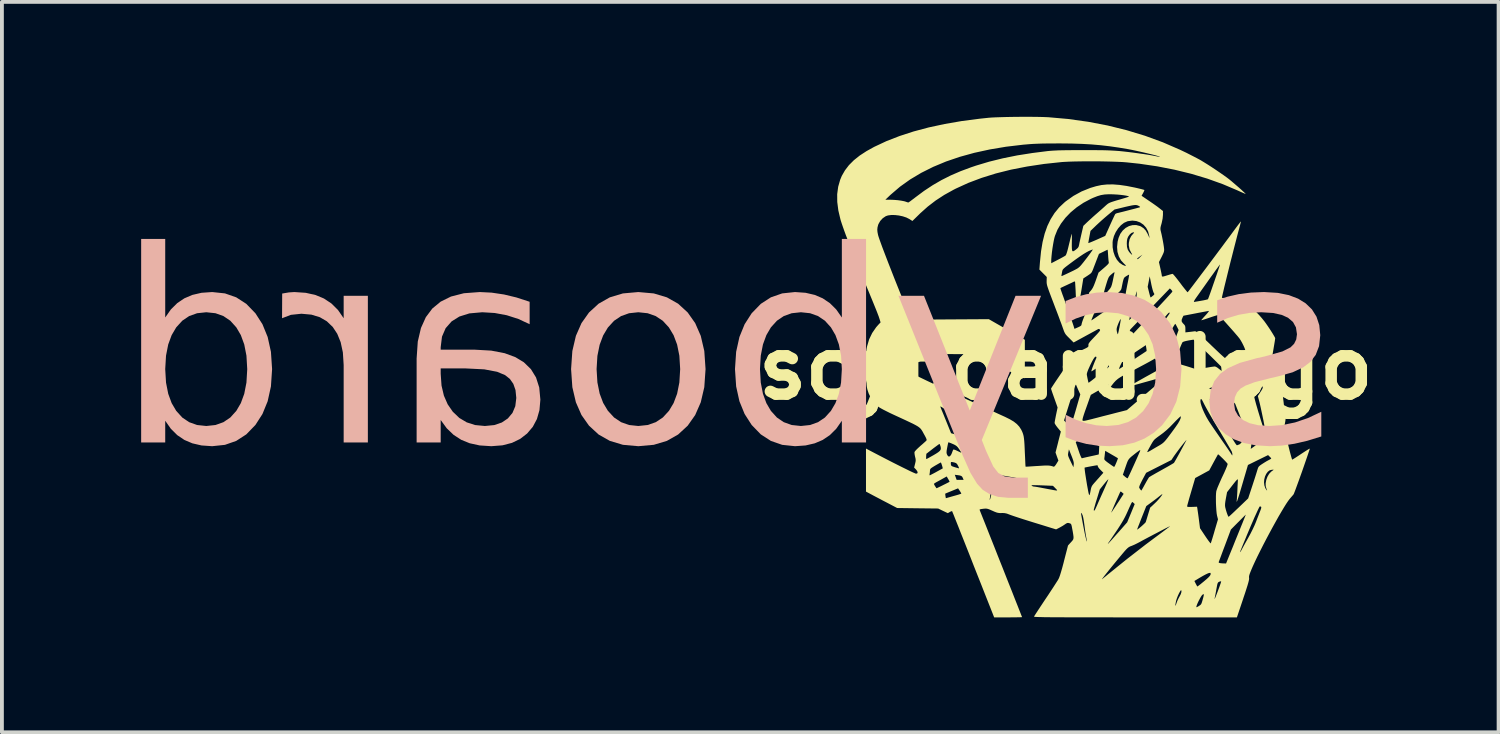
<source format=kicad_pcb>
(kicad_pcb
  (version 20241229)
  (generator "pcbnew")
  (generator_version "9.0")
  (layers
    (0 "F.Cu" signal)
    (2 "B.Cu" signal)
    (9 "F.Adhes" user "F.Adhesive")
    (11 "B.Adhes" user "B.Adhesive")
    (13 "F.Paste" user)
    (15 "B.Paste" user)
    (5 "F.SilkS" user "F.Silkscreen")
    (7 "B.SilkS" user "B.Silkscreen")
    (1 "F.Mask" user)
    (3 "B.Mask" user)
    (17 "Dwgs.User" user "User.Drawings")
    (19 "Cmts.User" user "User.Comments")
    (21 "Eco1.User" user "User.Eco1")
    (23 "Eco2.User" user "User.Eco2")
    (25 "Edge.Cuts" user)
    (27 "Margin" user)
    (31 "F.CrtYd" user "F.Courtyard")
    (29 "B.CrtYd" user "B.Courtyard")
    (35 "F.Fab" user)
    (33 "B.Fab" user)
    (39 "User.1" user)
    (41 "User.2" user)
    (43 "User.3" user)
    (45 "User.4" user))
  (footprint "scyboard_logo"
    (layer "F.Cu")
    (at 24.78 6.563)
    (property "Reference" "scyboard_logo" (at 0 0 0) (layer "F.SilkS") (effects (font (size 1.5 1.5) (thickness 0.3))))
    (attr board_only exclude_from_pos_files exclude_from_bom)
    (fp_poly (pts (xy -0.82 -6.562) (xy -0.688 -6.56) (xy -0.573 -6.557) (xy -0.481 -6.553) (xy -0.467 -6.553) (xy 0.064 -6.506) (xy 0.584 -6.433) (xy 1.092 -6.336) (xy 1.586 -6.214) (xy 2.067 -6.068) (xy 2.532 -5.898) (xy 2.981 -5.703) (xy 3.151 -5.622) (xy 3.239 -5.577) (xy 3.329 -5.531) (xy 3.412 -5.488) (xy 3.482 -5.451) (xy 3.518 -5.431) (xy 3.599 -5.382) (xy 3.696 -5.322) (xy 3.802 -5.254) (xy 3.912 -5.181) (xy 4.019 -5.108) (xy 4.119 -5.039) (xy 4.205 -4.977) (xy 4.272 -4.926) (xy 4.272 -4.925) (xy 4.323 -4.884) (xy 4.381 -4.834) (xy 4.444 -4.78) (xy 4.508 -4.725) (xy 4.568 -4.672) (xy 4.62 -4.624) (xy 4.662 -4.585) (xy 4.689 -4.558) (xy 4.698 -4.547) (xy 4.684 -4.552) (xy 4.649 -4.567) (xy 4.595 -4.59) (xy 4.529 -4.62) (xy 4.476 -4.644) (xy 4.097 -4.805) (xy 3.695 -4.949) (xy 3.275 -5.075) (xy 2.838 -5.182) (xy 2.386 -5.27) (xy 1.922 -5.338) (xy 1.583 -5.374) (xy 1.479 -5.382) (xy 1.352 -5.388) (xy 1.206 -5.393) (xy 1.047 -5.397) (xy 0.879 -5.4) (xy 0.707 -5.401) (xy 0.536 -5.401) (xy 0.372 -5.399) (xy 0.218 -5.396) (xy 0.081 -5.392) (xy -0.036 -5.386) (xy -0.103 -5.382) (xy -0.569 -5.332) (xy -1.012 -5.265) (xy -1.432 -5.183) (xy -1.827 -5.084) (xy -2.199 -4.968) (xy -2.547 -4.837) (xy -2.871 -4.689) (xy -2.928 -4.66) (xy -3.175 -4.523) (xy -3.399 -4.377) (xy -3.606 -4.218) (xy -3.803 -4.042) (xy -3.831 -4.014) (xy -4.006 -3.843) (xy -4.086 -3.894) (xy -4.163 -3.933) (xy -4.256 -3.964) (xy -4.358 -3.986) (xy -4.461 -3.998) (xy -4.558 -3.999) (xy -4.643 -3.988) (xy -4.7 -3.969) (xy -4.78 -3.915) (xy -4.846 -3.844) (xy -4.892 -3.763) (xy -4.902 -3.736) (xy -4.918 -3.672) (xy -4.923 -3.615) (xy -4.918 -3.554) (xy -4.903 -3.477) (xy -4.902 -3.474) (xy -4.889 -3.43) (xy -4.866 -3.362) (xy -4.833 -3.27) (xy -4.792 -3.157) (xy -4.742 -3.026) (xy -4.685 -2.877) (xy -4.622 -2.714) (xy -4.553 -2.538) (xy -4.48 -2.351) (xy -4.402 -2.156) (xy -4.321 -1.954) (xy -4.237 -1.748) (xy -4.152 -1.538) (xy -4.11 -1.436) (xy -4.04 -1.266) (xy -3.026 -1.273) (xy -2.011 -1.279) (xy -1.541 -1.01) (xy -1.07 -0.741) (xy -1.07 -0.238) (xy -1.07 -0.12) (xy -1.071 -0.012) (xy -1.071 0.083) (xy -1.072 0.161) (xy -1.074 0.22) (xy -1.075 0.255) (xy -1.076 0.264) (xy -1.082 0.262) (xy -1.096 0.256) (xy -1.121 0.245) (xy -1.16 0.227) (xy -1.213 0.202) (xy -1.285 0.169) (xy -1.376 0.127) (xy -1.489 0.075) (xy -1.626 0.011) (xy -1.649 -0.000059) (xy -1.686 -0.018) (xy -1.746 -0.045) (xy -1.822 -0.081) (xy -1.911 -0.122) (xy -2.008 -0.167) (xy -2.086 -0.203) (xy -2.435 -0.365) (xy -3.187 -0.368) (xy -3.362 -0.368) (xy -3.511 -0.369) (xy -3.635 -0.368) (xy -3.737 -0.367) (xy -3.82 -0.365) (xy -3.887 -0.361) (xy -3.938 -0.356) (xy -3.978 -0.348) (xy -4.009 -0.339) (xy -4.033 -0.326) (xy -4.052 -0.31) (xy -4.069 -0.292) (xy -4.087 -0.269) (xy -4.095 -0.26) (xy -4.122 -0.22) (xy -4.136 -0.18) (xy -4.143 -0.126) (xy -4.144 -0.113) (xy -4.138 -0.023) (xy -4.107 0.051) (xy -4.051 0.113) (xy -4.023 0.134) (xy -3.996 0.149) (xy -3.944 0.176) (xy -3.868 0.213) (xy -3.77 0.26) (xy -3.652 0.317) (xy -3.515 0.382) (xy -3.361 0.454) (xy -3.191 0.534) (xy -3.007 0.62) (xy -2.81 0.711) (xy -2.603 0.807) (xy -2.386 0.907) (xy -2.161 1.01) (xy -1.929 1.116) (xy -1.694 1.224) (xy -1.59 1.271) (xy -1.463 1.334) (xy -1.36 1.395) (xy -1.279 1.459) (xy -1.216 1.527) (xy -1.166 1.604) (xy -1.141 1.655) (xy -1.125 1.695) (xy -1.112 1.735) (xy -1.101 1.78) (xy -1.093 1.835) (xy -1.086 1.902) (xy -1.08 1.986) (xy -1.075 2.092) (xy -1.07 2.209) (xy -1.065 2.308) (xy -1.061 2.398) (xy -1.058 2.473) (xy -1.055 2.53) (xy -1.052 2.564) (xy -1.051 2.573) (xy -1.036 2.573) (xy -0.997 2.571) (xy -0.936 2.567) (xy -0.86 2.562) (xy -0.772 2.556) (xy -0.747 2.555) (xy -0.639 2.548) (xy -0.554 2.543) (xy -0.489 2.542) (xy -0.438 2.544) (xy -0.397 2.55) (xy -0.359 2.559) (xy -0.321 2.572) (xy -0.315 2.574) (xy -0.298 2.566) (xy -0.271 2.536) (xy -0.245 2.497) (xy -0.194 2.413) (xy -0.232 2.308) (xy -0.248 2.263) (xy 0.057 2.263) (xy 0.062 2.291) (xy 0.075 2.327) (xy 0.097 2.376) (xy 0.124 2.433) (xy 0.198 2.587) (xy 0.206 2.521) (xy 0.208 2.488) (xy 0.204 2.454) (xy 0.193 2.41) (xy 0.175 2.36) (xy 1.005 2.36) (xy 1.005 2.378) (xy 1.015 2.398) (xy 1.039 2.421) (xy 1.08 2.454) (xy 1.126 2.487) (xy 1.179 2.525) (xy 1.223 2.555) (xy 1.252 2.574) (xy 1.262 2.579) (xy 1.271 2.567) (xy 1.289 2.534) (xy 1.31 2.486) (xy 1.318 2.468) (xy 1.339 2.416) (xy 1.354 2.376) (xy 1.36 2.354) (xy 1.36 2.352) (xy 1.347 2.344) (xy 1.312 2.323) (xy 1.263 2.294) (xy 1.202 2.259) (xy 1.192 2.253) (xy 1.028 2.158) (xy 1.019 2.24) (xy 1.013 2.294) (xy 1.007 2.34) (xy 1.005 2.36) (xy 0.175 2.36) (xy 0.173 2.352) (xy 0.148 2.288) (xy 0.081 2.12) (xy 0.065 2.2) (xy 0.059 2.235) (xy 0.057 2.263) (xy -0.248 2.263) (xy -0.269 2.203) (xy -0.2 1.932) (xy 0.259 1.932) (xy 0.331 2.146) (xy 0.36 2.23) (xy 0.385 2.294) (xy 0.405 2.336) (xy 0.418 2.354) (xy 0.42 2.354) (xy 0.439 2.348) (xy 0.482 2.338) (xy 0.542 2.324) (xy 0.615 2.308) (xy 0.647 2.301) (xy 0.721 2.285) (xy 0.784 2.271) (xy 0.831 2.26) (xy 0.856 2.254) (xy 0.859 2.252) (xy 0.861 2.238) (xy 0.864 2.201) (xy 0.867 2.15) (xy 0.867 2.143) (xy 0.872 2.036) (xy 0.647 1.902) (xy 0.423 1.769) (xy 0.341 1.851) (xy 0.259 1.932) (xy -0.2 1.932) (xy -0.2 1.929) (xy -0.13 1.656) (xy -0.158 1.622) (xy 1.108 1.622) (xy 1.246 1.716) (xy 1.323 1.768) (xy 1.378 1.805) (xy 1.416 1.831) (xy 1.44 1.846) (xy 1.454 1.854) (xy 1.462 1.857) (xy 1.465 1.856) (xy 1.466 1.856) (xy 1.481 1.849) (xy 1.517 1.831) (xy 1.572 1.804) (xy 1.64 1.771) (xy 1.704 1.739) (xy 1.936 1.626) (xy 1.868 1.537) (xy 1.832 1.494) (xy 1.802 1.46) (xy 1.783 1.443) (xy 1.781 1.442) (xy 1.762 1.443) (xy 1.719 1.452) (xy 1.659 1.467) (xy 1.587 1.487) (xy 1.537 1.501) (xy 1.451 1.526) (xy 1.365 1.551) (xy 1.288 1.573) (xy 1.228 1.59) (xy 1.21 1.595) (xy 1.108 1.622) (xy -0.158 1.622) (xy -0.212 1.557) (xy -0.249 1.509) (xy -0.277 1.467) (xy -0.292 1.436) (xy -0.293 1.43) (xy -0.29 1.404) (xy -0.284 1.366) (xy -0.047 1.366) (xy 0.016 1.431) (xy 0.079 1.495) (xy 0.114 1.462) (xy 0.144 1.429) (xy 0.165 1.4) (xy 0.174 1.378) (xy 0.183 1.35) (xy 0.434 1.35) (xy 0.436 1.366) (xy 0.438 1.368) (xy 0.448 1.374) (xy 0.466 1.376) (xy 0.497 1.373) (xy 0.543 1.363) (xy 0.61 1.347) (xy 0.7 1.325) (xy 0.705 1.323) (xy 1.95 1.323) (xy 1.958 1.34) (xy 1.98 1.371) (xy 2.01 1.41) (xy 2.042 1.45) (xy 2.071 1.484) (xy 2.092 1.506) (xy 2.098 1.51) (xy 2.111 1.5) (xy 2.142 1.474) (xy 2.185 1.435) (xy 2.238 1.386) (xy 2.259 1.367) (xy 2.322 1.308) (xy 2.385 1.25) (xy 2.441 1.199) (xy 2.483 1.16) (xy 2.487 1.156) (xy 2.524 1.123) (xy 2.548 1.095) (xy 2.563 1.065) (xy 2.575 1.023) (xy 2.587 0.961) (xy 2.587 0.961) (xy 2.597 0.903) (xy 2.603 0.857) (xy 2.604 0.855) (xy 3.513 0.855) (xy 3.521 0.914) (xy 3.542 0.988) (xy 3.574 1.075) (xy 3.616 1.169) (xy 3.665 1.267) (xy 3.721 1.364) (xy 3.753 1.414) (xy 3.788 1.466) (xy 3.836 1.537) (xy 3.894 1.622) (xy 3.959 1.716) (xy 4.028 1.815) (xy 4.094 1.911) (xy 4.157 2.001) (xy 4.213 2.083) (xy 4.262 2.155) (xy 4.301 2.213) (xy 4.327 2.254) (xy 4.34 2.276) (xy 4.34 2.277) (xy 4.344 2.279) (xy 4.349 2.262) (xy 4.347 2.228) (xy 4.335 2.185) (xy 4.334 2.182) (xy 4.322 2.159) (xy 4.296 2.113) (xy 4.293 2.108) (xy 4.828 2.108) (xy 4.913 2.048) (xy 4.965 2.008) (xy 4.99 1.978) (xy 4.992 1.965) (xy 4.987 1.944) (xy 4.977 1.898) (xy 4.964 1.835) (xy 4.949 1.76) (xy 4.938 1.708) (xy 4.922 1.628) (xy 4.907 1.559) (xy 4.894 1.504) (xy 4.885 1.471) (xy 4.881 1.462) (xy 4.878 1.471) (xy 4.875 1.503) (xy 4.875 1.554) (xy 4.875 1.602) (xy 4.874 1.688) (xy 4.869 1.789) (xy 4.859 1.889) (xy 4.854 1.93) (xy 4.828 2.108) (xy 4.293 2.108) (xy 4.259 2.049) (xy 4.212 1.969) (xy 4.157 1.875) (xy 4.095 1.772) (xy 4.029 1.661) (xy 4.008 1.627) (xy 3.937 1.509) (xy 3.867 1.392) (xy 3.802 1.279) (xy 3.742 1.176) (xy 3.691 1.085) (xy 3.65 1.011) (xy 3.622 0.958) (xy 3.619 0.953) (xy 3.585 0.885) (xy 3.561 0.839) (xy 3.544 0.814) (xy 3.533 0.805) (xy 3.524 0.809) (xy 3.52 0.816) (xy 3.513 0.855) (xy 2.604 0.855) (xy 2.605 0.83) (xy 2.604 0.826) (xy 2.59 0.832) (xy 2.553 0.857) (xy 2.494 0.9) (xy 2.412 0.96) (xy 2.308 1.039) (xy 2.181 1.135) (xy 2.055 1.231) (xy 2.009 1.268) (xy 1.973 1.299) (xy 1.952 1.319) (xy 1.95 1.323) (xy 0.705 1.323) (xy 0.729 1.317) (xy 0.838 1.289) (xy 0.963 1.256) (xy 1.094 1.223) (xy 1.219 1.191) (xy 1.299 1.17) (xy 1.595 1.095) (xy 1.983 0.764) (xy 2.08 0.681) (xy 2.175 0.599) (xy 2.257 0.53) (xy 3.72 0.53) (xy 3.73 0.661) (xy 3.741 0.793) (xy 4.094 1.408) (xy 4.181 1.557) (xy 4.254 1.682) (xy 4.315 1.785) (xy 4.364 1.867) (xy 4.403 1.929) (xy 4.432 1.973) (xy 4.453 2) (xy 4.466 2.013) (xy 4.47 2.014) (xy 4.5 2.002) (xy 4.532 1.991) (xy 4.557 1.973) (xy 4.588 1.937) (xy 4.626 1.878) (xy 4.647 1.842) (xy 4.724 1.708) (xy 4.698 1.634) (xy 4.685 1.599) (xy 4.663 1.542) (xy 4.634 1.468) (xy 4.6 1.381) (xy 4.564 1.288) (xy 4.547 1.246) (xy 4.423 0.932) (xy 4.215 0.715) (xy 4.917 0.715) (xy 4.919 0.745) (xy 4.929 0.792) (xy 4.946 0.858) (xy 4.97 0.947) (xy 5.003 1.059) (xy 5.014 1.099) (xy 5.057 1.24) (xy 5.095 1.365) (xy 5.13 1.473) (xy 5.159 1.562) (xy 5.183 1.629) (xy 5.201 1.674) (xy 5.211 1.694) (xy 5.214 1.692) (xy 5.213 1.669) (xy 5.206 1.622) (xy 5.195 1.556) (xy 5.18 1.474) (xy 5.163 1.382) (xy 5.153 1.333) (xy 5.131 1.228) (xy 5.109 1.124) (xy 5.088 1.027) (xy 5.069 0.943) (xy 5.054 0.88) (xy 5.05 0.866) (xy 5.014 0.728) (xy 5.079 0.627) (xy 5.116 0.569) (xy 5.136 0.53) (xy 5.143 0.503) (xy 5.137 0.484) (xy 5.128 0.473) (xy 5.115 0.472) (xy 5.091 0.49) (xy 5.055 0.529) (xy 5.021 0.569) (xy 4.981 0.619) (xy 4.948 0.662) (xy 4.926 0.691) (xy 4.92 0.699) (xy 4.917 0.715) (xy 4.215 0.715) (xy 4.195 0.694) (xy 3.968 0.457) (xy 3.9 0.478) (xy 3.845 0.494) (xy 3.79 0.51) (xy 3.776 0.514) (xy 3.72 0.53) (xy 2.257 0.53) (xy 2.266 0.522) (xy 2.347 0.452) (xy 2.416 0.394) (xy 2.468 0.349) (xy 2.491 0.33) (xy 2.538 0.288) (xy 2.574 0.254) (xy 2.594 0.231) (xy 2.597 0.223) (xy 2.58 0.226) (xy 2.538 0.236) (xy 2.476 0.252) (xy 2.396 0.273) (xy 2.303 0.299) (xy 2.2 0.328) (xy 2.175 0.335) (xy 2.067 0.365) (xy 1.967 0.393) (xy 1.878 0.418) (xy 1.804 0.438) (xy 1.749 0.453) (xy 1.718 0.46) (xy 1.715 0.461) (xy 1.664 0.471) (xy 1.708 0.442) (xy 1.731 0.427) (xy 1.776 0.402) (xy 1.837 0.367) (xy 1.91 0.326) (xy 1.992 0.28) (xy 2.079 0.231) (xy 2.166 0.183) (xy 2.251 0.136) (xy 2.327 0.094) (xy 2.393 0.058) (xy 2.444 0.03) (xy 2.475 0.014) (xy 2.483 0.01) (xy 2.482 -0.003) (xy 2.467 -0.036) (xy 2.441 -0.082) (xy 2.414 -0.123) (xy 2.397 -0.149) (xy 2.843 -0.149) (xy 2.856 -0.14) (xy 2.891 -0.128) (xy 2.939 -0.114) (xy 2.942 -0.113) (xy 2.996 -0.098) (xy 3.067 -0.077) (xy 3.148 -0.053) (xy 3.228 -0.028) (xy 3.414 0.032) (xy 3.636 -0.006) (xy 3.715 -0.019) (xy 3.787 -0.031) (xy 3.844 -0.039) (xy 3.88 -0.043) (xy 3.889 -0.044) (xy 3.92 -0.035) (xy 3.959 -0.012) (xy 3.972 -0.002) (xy 4.014 0.031) (xy 4.067 0.072) (xy 4.126 0.117) (xy 4.186 0.162) (xy 4.243 0.205) (xy 4.291 0.24) (xy 4.328 0.266) (xy 4.346 0.278) (xy 4.348 0.278) (xy 4.345 0.268) (xy 4.328 0.242) (xy 4.315 0.224) (xy 4.295 0.201) (xy 4.257 0.16) (xy 4.202 0.105) (xy 4.134 0.035) (xy 4.054 -0.044) (xy 3.966 -0.132) (xy 3.871 -0.226) (xy 3.772 -0.323) (xy 3.671 -0.421) (xy 3.572 -0.517) (xy 3.475 -0.61) (xy 3.452 -0.632) (xy 3.334 -0.745) (xy 3.202 -0.723) (xy 3.135 -0.709) (xy 3.081 -0.694) (xy 3.05 -0.679) (xy 3.046 -0.676) (xy 3.036 -0.657) (xy 3.017 -0.616) (xy 2.993 -0.559) (xy 2.966 -0.49) (xy 2.937 -0.415) (xy 2.908 -0.34) (xy 2.883 -0.271) (xy 2.862 -0.212) (xy 2.848 -0.169) (xy 2.843 -0.149) (xy 2.397 -0.149) (xy 2.329 -0.251) (xy 2.253 -0.208) (xy 2.182 -0.168) (xy 2.092 -0.119) (xy 1.989 -0.064) (xy 1.88 -0.006) (xy 1.772 0.051) (xy 1.67 0.103) (xy 1.616 0.131) (xy 1.512 0.185) (xy 1.429 0.233) (xy 1.361 0.278) (xy 1.305 0.326) (xy 1.253 0.382) (xy 1.2 0.449) (xy 1.141 0.533) (xy 1.137 0.539) (xy 1.092 0.604) (xy 1.054 0.659) (xy 1.024 0.701) (xy 1.005 0.724) (xy 1.001 0.728) (xy 1.005 0.713) (xy 1.018 0.68) (xy 1.037 0.633) (xy 1.06 0.581) (xy 1.083 0.53) (xy 1.104 0.486) (xy 1.115 0.464) (xy 1.126 0.44) (xy 1.126 0.432) (xy 1.112 0.438) (xy 1.077 0.456) (xy 1.025 0.484) (xy 0.96 0.521) (xy 0.887 0.563) (xy 0.652 0.698) (xy 0.537 1.023) (xy 0.498 1.131) (xy 0.47 1.215) (xy 0.45 1.278) (xy 0.439 1.322) (xy 0.434 1.35) (xy 0.183 1.35) (xy 0.189 1.332) (xy 0.209 1.266) (xy 0.233 1.186) (xy 0.26 1.094) (xy 0.279 1.028) (xy 0.378 0.685) (xy 0.334 0.589) (xy 0.31 0.535) (xy 0.289 0.487) (xy 0.276 0.455) (xy 0.267 0.435) (xy 0.259 0.433) (xy 0.248 0.452) (xy 0.233 0.491) (xy 0.221 0.524) (xy 0.202 0.581) (xy 0.177 0.657) (xy 0.148 0.747) (xy 0.116 0.848) (xy 0.082 0.955) (xy 0.079 0.965) (xy -0.047 1.366) (xy -0.284 1.366) (xy -0.282 1.357) (xy -0.27 1.294) (xy -0.256 1.222) (xy -0.254 1.213) (xy -0.215 1.027) (xy -0.3 0.788) (xy -0.328 0.709) (xy -0.353 0.639) (xy -0.371 0.584) (xy -0.383 0.547) (xy -0.386 0.534) (xy -0.378 0.519) (xy -0.355 0.482) (xy -0.319 0.427) (xy -0.272 0.356) (xy -0.215 0.272) (xy -0.151 0.178) (xy -0.147 0.172) (xy 0.548 0.172) (xy 0.548 0.173) (xy 0.564 0.256) (xy 0.576 0.314) (xy 0.584 0.351) (xy 0.59 0.372) (xy 0.594 0.38) (xy 0.596 0.381) (xy 0.609 0.372) (xy 0.642 0.348) (xy 0.691 0.311) (xy 0.753 0.262) (xy 0.824 0.206) (xy 0.866 0.174) (xy 0.941 0.114) (xy 1.008 0.061) (xy 1.063 0.016) (xy 1.065 0.015) (xy 1.39 0.015) (xy 1.396 0.02) (xy 1.404 0.016) (xy 1.423 0.005) (xy 1.462 -0.021) (xy 1.519 -0.058) (xy 1.59 -0.104) (xy 1.672 -0.158) (xy 1.761 -0.217) (xy 1.766 -0.22) (xy 1.854 -0.279) (xy 1.934 -0.332) (xy 2.003 -0.377) (xy 2.057 -0.413) (xy 2.093 -0.437) (xy 2.108 -0.447) (xy 2.108 -0.448) (xy 2.109 -0.463) (xy 2.105 -0.499) (xy 2.101 -0.527) (xy 2.093 -0.573) (xy 2.553 -0.573) (xy 2.627 -0.453) (xy 2.701 -0.333) (xy 2.823 -0.665) (xy 2.945 -0.996) (xy 2.905 -1.076) (xy 2.883 -1.118) (xy 2.866 -1.148) (xy 2.858 -1.157) (xy 2.847 -1.145) (xy 2.825 -1.112) (xy 2.795 -1.063) (xy 2.76 -1.002) (xy 2.722 -0.934) (xy 2.685 -0.864) (xy 2.65 -0.797) (xy 2.62 -0.738) (xy 2.599 -0.692) (xy 2.595 -0.68) (xy 2.553 -0.573) (xy 2.093 -0.573) (xy 2.089 -0.601) (xy 1.794 -0.404) (xy 1.71 -0.347) (xy 1.634 -0.294) (xy 1.568 -0.246) (xy 1.517 -0.207) (xy 1.485 -0.18) (xy 1.475 -0.17) (xy 1.456 -0.136) (xy 1.432 -0.088) (xy 1.415 -0.052) (xy 1.397 -0.008) (xy 1.39 0.015) (xy 1.065 0.015) (xy 1.103 -0.017) (xy 1.125 -0.036) (xy 1.129 -0.04) (xy 1.122 -0.057) (xy 1.107 -0.089) (xy 1.088 -0.124) (xy 1.071 -0.151) (xy 1.067 -0.156) (xy 1.054 -0.158) (xy 1.024 -0.145) (xy 0.977 -0.117) (xy 0.909 -0.073) (xy 0.863 -0.042) (xy 0.798 0.003) (xy 0.741 0.04) (xy 0.698 0.068) (xy 0.671 0.082) (xy 0.665 0.084) (xy 0.668 0.069) (xy 0.679 0.033) (xy 0.696 -0.017) (xy 0.718 -0.075) (xy 0.741 -0.134) (xy 0.763 -0.188) (xy 0.782 -0.23) (xy 0.787 -0.24) (xy 0.8 -0.275) (xy 0.794 -0.297) (xy 0.792 -0.298) (xy 0.775 -0.302) (xy 0.751 -0.282) (xy 0.721 -0.239) (xy 0.683 -0.171) (xy 0.636 -0.076) (xy 0.623 -0.047) (xy 0.585 0.037) (xy 0.561 0.1) (xy 0.549 0.144) (xy 0.548 0.172) (xy -0.147 0.172) (xy -0.081 0.076) (xy -0.074 0.065) (xy 0.238 -0.388) (xy 0.416 -0.47) (xy 0.488 -0.503) (xy 0.49 -0.504) (xy 1.495 -0.504) (xy 1.507 -0.507) (xy 1.537 -0.52) (xy 1.565 -0.533) (xy 1.595 -0.549) (xy 1.617 -0.566) (xy 1.634 -0.587) (xy 1.65 -0.621) (xy 1.669 -0.672) (xy 1.685 -0.722) (xy 1.737 -0.875) (xy 1.775 -0.916) (xy 2.291 -0.916) (xy 2.297 -0.91) (xy 2.31 -0.911) (xy 2.312 -0.911) (xy 2.332 -0.925) (xy 2.367 -0.962) (xy 2.415 -1.022) (xy 2.476 -1.101) (xy 2.527 -1.169) (xy 2.581 -1.245) (xy 2.595 -1.264) (xy 3.025 -1.264) (xy 3.025 -1.221) (xy 3.049 -1.181) (xy 3.071 -1.158) (xy 3.1 -1.127) (xy 3.115 -1.099) (xy 3.121 -1.063) (xy 3.122 -1.021) (xy 3.122 -0.934) (xy 3.213 -0.944) (xy 3.272 -0.951) (xy 3.327 -0.958) (xy 3.356 -0.962) (xy 3.37 -0.963) (xy 3.384 -0.962) (xy 3.401 -0.955) (xy 3.421 -0.943) (xy 3.449 -0.921) (xy 3.486 -0.89) (xy 3.535 -0.846) (xy 3.597 -0.787) (xy 3.675 -0.713) (xy 3.772 -0.621) (xy 3.796 -0.597) (xy 3.897 -0.501) (xy 3.979 -0.423) (xy 4.045 -0.361) (xy 4.096 -0.315) (xy 4.134 -0.281) (xy 4.163 -0.258) (xy 4.184 -0.245) (xy 4.199 -0.239) (xy 4.21 -0.239) (xy 4.221 -0.243) (xy 4.221 -0.243) (xy 4.247 -0.254) (xy 4.295 -0.273) (xy 4.358 -0.299) (xy 4.432 -0.328) (xy 4.474 -0.345) (xy 4.547 -0.375) (xy 4.61 -0.402) (xy 4.658 -0.425) (xy 4.685 -0.441) (xy 4.69 -0.446) (xy 4.683 -0.482) (xy 4.663 -0.536) (xy 4.634 -0.6) (xy 4.6 -0.667) (xy 4.563 -0.731) (xy 4.528 -0.783) (xy 4.521 -0.791) (xy 4.489 -0.831) (xy 4.444 -0.883) (xy 4.39 -0.946) (xy 4.329 -1.015) (xy 4.265 -1.087) (xy 4.202 -1.158) (xy 4.141 -1.226) (xy 4.086 -1.286) (xy 4.04 -1.336) (xy 4.006 -1.371) (xy 3.988 -1.388) (xy 3.986 -1.39) (xy 3.969 -1.387) (xy 3.929 -1.375) (xy 3.872 -1.358) (xy 3.801 -1.335) (xy 3.758 -1.32) (xy 3.684 -1.295) (xy 3.62 -1.274) (xy 3.571 -1.259) (xy 3.542 -1.251) (xy 3.537 -1.251) (xy 3.544 -1.263) (xy 3.568 -1.292) (xy 3.604 -1.333) (xy 3.643 -1.375) (xy 3.686 -1.423) (xy 3.717 -1.461) (xy 3.734 -1.486) (xy 3.735 -1.495) (xy 3.715 -1.492) (xy 3.672 -1.484) (xy 3.608 -1.472) (xy 3.528 -1.457) (xy 3.438 -1.44) (xy 3.393 -1.431) (xy 3.071 -1.369) (xy 3.046 -1.318) (xy 3.025 -1.264) (xy 2.595 -1.264) (xy 2.629 -1.313) (xy 2.669 -1.369) (xy 2.697 -1.41) (xy 2.71 -1.433) (xy 2.711 -1.436) (xy 2.708 -1.451) (xy 2.696 -1.451) (xy 2.674 -1.434) (xy 2.641 -1.398) (xy 2.595 -1.343) (xy 2.535 -1.265) (xy 2.493 -1.209) (xy 2.424 -1.117) (xy 2.371 -1.045) (xy 2.332 -0.992) (xy 2.307 -0.954) (xy 2.294 -0.93) (xy 2.291 -0.916) (xy 1.775 -0.916) (xy 2.257 -1.428) (xy 2.358 -1.535) (xy 2.452 -1.635) (xy 2.538 -1.728) (xy 2.54 -1.73) (xy 3.344 -1.73) (xy 3.346 -1.729) (xy 3.368 -1.732) (xy 3.412 -1.739) (xy 3.471 -1.749) (xy 3.533 -1.76) (xy 3.6 -1.772) (xy 3.656 -1.784) (xy 3.695 -1.794) (xy 3.711 -1.8) (xy 3.718 -1.816) (xy 3.733 -1.855) (xy 3.754 -1.913) (xy 3.781 -1.987) (xy 3.811 -2.073) (xy 3.843 -2.166) (xy 3.877 -2.263) (xy 3.91 -2.359) (xy 3.942 -2.451) (xy 3.97 -2.535) (xy 3.994 -2.606) (xy 4.012 -2.661) (xy 4.023 -2.696) (xy 4.025 -2.707) (xy 4.016 -2.696) (xy 3.992 -2.664) (xy 3.954 -2.612) (xy 3.904 -2.544) (xy 3.845 -2.46) (xy 3.776 -2.365) (xy 3.701 -2.259) (xy 3.621 -2.146) (xy 3.537 -2.028) (xy 3.451 -1.906) (xy 3.396 -1.829) (xy 3.364 -1.781) (xy 3.346 -1.746) (xy 3.344 -1.73) (xy 2.54 -1.73) (xy 2.614 -1.81) (xy 2.678 -1.88) (xy 2.729 -1.936) (xy 2.763 -1.975) (xy 2.78 -1.996) (xy 2.782 -1.998) (xy 2.775 -2.02) (xy 2.752 -2.048) (xy 2.751 -2.049) (xy 2.716 -2.082) (xy 2.2 -1.546) (xy 1.684 -1.011) (xy 1.589 -0.761) (xy 1.559 -0.681) (xy 1.533 -0.611) (xy 1.513 -0.555) (xy 1.499 -0.518) (xy 1.495 -0.504) (xy 0.49 -0.504) (xy 0.537 -0.527) (xy 0.567 -0.545) (xy 0.584 -0.56) (xy 0.59 -0.575) (xy 0.59 -0.593) (xy 0.59 -0.599) (xy 0.59 -0.62) (xy 0.596 -0.64) (xy 0.612 -0.665) (xy 0.638 -0.699) (xy 0.68 -0.745) (xy 0.739 -0.808) (xy 0.748 -0.817) (xy 0.809 -0.881) (xy 0.851 -0.928) (xy 0.878 -0.96) (xy 0.892 -0.982) (xy 0.895 -0.997) (xy 0.89 -1.007) (xy 1.326 -1.007) (xy 1.331 -0.964) (xy 1.335 -0.948) (xy 1.346 -0.909) (xy 1.355 -0.887) (xy 1.359 -0.885) (xy 1.364 -0.902) (xy 1.374 -0.941) (xy 1.386 -0.998) (xy 1.4 -1.066) (xy 1.401 -1.073) (xy 1.414 -1.144) (xy 1.425 -1.205) (xy 1.432 -1.251) (xy 1.433 -1.253) (xy 1.653 -1.253) (xy 1.741 -1.338) (xy 1.828 -1.424) (xy 1.838 -1.683) (xy 1.842 -1.77) (xy 1.846 -1.848) (xy 1.85 -1.913) (xy 1.853 -1.959) (xy 1.855 -1.979) (xy 1.859 -2.003) (xy 1.854 -2) (xy 1.847 -1.986) (xy 1.84 -1.964) (xy 1.826 -1.919) (xy 1.808 -1.856) (xy 1.787 -1.779) (xy 1.764 -1.695) (xy 1.74 -1.606) (xy 1.717 -1.52) (xy 1.697 -1.441) (xy 1.68 -1.373) (xy 1.668 -1.323) (xy 1.664 -1.304) (xy 1.653 -1.253) (xy 1.433 -1.253) (xy 1.435 -1.275) (xy 1.435 -1.275) (xy 1.43 -1.279) (xy 1.417 -1.261) (xy 1.399 -1.227) (xy 1.378 -1.181) (xy 1.357 -1.129) (xy 1.346 -1.1) (xy 1.33 -1.048) (xy 1.326 -1.007) (xy 0.89 -1.007) (xy 0.889 -1.007) (xy 0.887 -1.01) (xy 0.869 -1.024) (xy 0.848 -1.022) (xy 0.824 -1.009) (xy 0.8 -0.996) (xy 0.754 -0.97) (xy 0.691 -0.936) (xy 0.616 -0.895) (xy 0.531 -0.849) (xy 0.493 -0.828) (xy 0.203 -0.67) (xy 0.089 -0.784) (xy 0.037 -0.836) (xy 0.001 -0.876) (xy -0.024 -0.914) (xy -0.045 -0.958) (xy -0.066 -1.016) (xy -0.074 -1.038) (xy -0.091 -1.086) (xy -0.116 -1.156) (xy -0.15 -1.245) (xy -0.188 -1.349) (xy -0.231 -1.463) (xy -0.277 -1.582) (xy -0.313 -1.678) (xy -0.363 -1.809) (xy -0.403 -1.915) (xy -0.435 -2) (xy -0.459 -2.068) (xy -0.466 -2.09) (xy -0.142 -2.09) (xy -0.139 -2.076) (xy -0.128 -2.038) (xy -0.109 -1.984) (xy -0.085 -1.916) (xy -0.072 -1.882) (xy -0.034 -1.775) (xy 0.006 -1.664) (xy 0.046 -1.552) (xy 0.085 -1.443) (xy 0.121 -1.34) (xy 0.153 -1.246) (xy 0.181 -1.166) (xy 0.202 -1.103) (xy 0.215 -1.06) (xy 0.22 -1.041) (xy 0.227 -1.028) (xy 0.232 -1.028) (xy 0.251 -1.037) (xy 0.288 -1.053) (xy 0.327 -1.07) (xy 0.375 -1.094) (xy 0.401 -1.114) (xy 0.41 -1.136) (xy 0.41 -1.139) (xy 0.416 -1.168) (xy 0.43 -1.215) (xy 0.441 -1.246) (xy 0.666 -1.246) (xy 0.679 -1.254) (xy 0.713 -1.276) (xy 0.762 -1.309) (xy 0.824 -1.352) (xy 0.889 -1.397) (xy 0.981 -1.46) (xy 1.087 -1.533) (xy 1.195 -1.607) (xy 1.294 -1.675) (xy 1.328 -1.698) (xy 1.55 -1.848) (xy 1.56 -1.924) (xy 1.566 -1.966) (xy 1.577 -2.03) (xy 1.592 -2.107) (xy 1.595 -2.124) (xy 2.137 -2.124) (xy 2.172 -1.986) (xy 2.187 -1.927) (xy 2.2 -1.88) (xy 2.21 -1.852) (xy 2.214 -1.847) (xy 2.229 -1.855) (xy 2.257 -1.877) (xy 2.271 -1.888) (xy 2.301 -1.914) (xy 2.311 -1.932) (xy 2.305 -1.952) (xy 2.294 -1.968) (xy 2.282 -1.997) (xy 2.266 -2.048) (xy 2.249 -2.114) (xy 2.232 -2.189) (xy 2.23 -2.202) (xy 2.19 -2.398) (xy 2.164 -2.261) (xy 2.137 -2.124) (xy 1.595 -2.124) (xy 1.608 -2.19) (xy 1.614 -2.218) (xy 1.629 -2.294) (xy 1.641 -2.359) (xy 1.649 -2.408) (xy 1.653 -2.436) (xy 1.653 -2.441) (xy 1.639 -2.437) (xy 1.608 -2.42) (xy 1.581 -2.404) (xy 1.546 -2.381) (xy 1.523 -2.359) (xy 1.509 -2.329) (xy 1.496 -2.284) (xy 1.489 -2.255) (xy 1.476 -2.193) (xy 1.464 -2.135) (xy 1.456 -2.092) (xy 1.447 -2.06) (xy 1.428 -2.029) (xy 1.395 -1.993) (xy 1.35 -1.952) (xy 1.296 -1.906) (xy 1.236 -1.855) (xy 1.173 -1.803) (xy 1.114 -1.754) (xy 1.062 -1.712) (xy 1.023 -1.682) (xy 1.001 -1.666) (xy 1.001 -1.666) (xy 0.978 -1.665) (xy 0.941 -1.677) (xy 0.922 -1.686) (xy 0.886 -1.703) (xy 0.862 -1.712) (xy 0.858 -1.712) (xy 0.851 -1.697) (xy 0.836 -1.662) (xy 0.816 -1.613) (xy 0.809 -1.598) (xy 0.78 -1.528) (xy 0.747 -1.449) (xy 0.715 -1.374) (xy 0.712 -1.367) (xy 0.69 -1.313) (xy 0.674 -1.272) (xy 0.666 -1.249) (xy 0.666 -1.246) (xy 0.441 -1.246) (xy 0.449 -1.27) (xy 0.454 -1.281) (xy 0.474 -1.333) (xy 0.502 -1.405) (xy 0.534 -1.489) (xy 0.568 -1.578) (xy 0.587 -1.628) (xy 0.677 -1.865) (xy 0.639 -1.904) (xy 0.614 -1.933) (xy 0.606 -1.946) (xy 0.99 -1.946) (xy 0.993 -1.921) (xy 1.006 -1.918) (xy 1.03 -1.936) (xy 1.064 -1.971) (xy 1.104 -2.017) (xy 1.142 -2.061) (xy 1.163 -2.089) (xy 1.184 -2.126) (xy 1.204 -2.185) (xy 1.224 -2.269) (xy 1.23 -2.299) (xy 1.244 -2.367) (xy 1.256 -2.425) (xy 1.265 -2.467) (xy 1.27 -2.486) (xy 1.272 -2.504) (xy 1.255 -2.5) (xy 1.219 -2.474) (xy 1.183 -2.443) (xy 1.156 -2.419) (xy 1.136 -2.396) (xy 1.118 -2.369) (xy 1.102 -2.333) (xy 1.084 -2.283) (xy 1.062 -2.213) (xy 1.047 -2.164) (xy 1.018 -2.066) (xy 0.999 -1.993) (xy 0.99 -1.946) (xy 0.606 -1.946) (xy 0.601 -1.954) (xy 0.601 -1.956) (xy 0.61 -1.973) (xy 0.634 -2.003) (xy 0.656 -2.028) (xy 0.682 -2.062) (xy 0.707 -2.104) (xy 0.733 -2.16) (xy 0.763 -2.237) (xy 0.783 -2.292) (xy 0.854 -2.495) (xy 0.992 -2.614) (xy 1.05 -2.665) (xy 1.089 -2.702) (xy 1.112 -2.728) (xy 1.122 -2.747) (xy 1.122 -2.765) (xy 1.121 -2.77) (xy 1.116 -2.8) (xy 1.111 -2.852) (xy 1.106 -2.915) (xy 1.104 -2.95) (xy 1.1 -3.01) (xy 1.096 -3.058) (xy 1.092 -3.087) (xy 1.09 -3.093) (xy 1.076 -3.087) (xy 1.041 -3.07) (xy 0.994 -3.047) (xy 0.975 -3.038) (xy 0.865 -2.984) (xy 0.814 -2.851) (xy 0.785 -2.775) (xy 0.753 -2.692) (xy 0.724 -2.617) (xy 0.719 -2.602) (xy 0.696 -2.545) (xy 0.677 -2.506) (xy 0.654 -2.477) (xy 0.619 -2.45) (xy 0.568 -2.415) (xy 0.566 -2.414) (xy 0.457 -2.343) (xy 0.442 -2.253) (xy 0.409 -2.049) (xy 0.379 -1.874) (xy 0.354 -1.727) (xy 0.333 -1.608) (xy 0.316 -1.518) (xy 0.303 -1.457) (xy 0.295 -1.424) (xy 0.291 -1.418) (xy 0.288 -1.435) (xy 0.284 -1.478) (xy 0.28 -1.541) (xy 0.275 -1.623) (xy 0.27 -1.718) (xy 0.265 -1.824) (xy 0.264 -1.832) (xy 0.259 -1.938) (xy 0.255 -2.036) (xy 0.25 -2.12) (xy 0.246 -2.187) (xy 0.243 -2.233) (xy 0.241 -2.253) (xy 0.241 -2.254) (xy 0.229 -2.265) (xy 0.209 -2.258) (xy 0.186 -2.246) (xy 0.143 -2.225) (xy 0.085 -2.198) (xy 0.023 -2.169) (xy -0.04 -2.14) (xy -0.091 -2.116) (xy -0.128 -2.098) (xy -0.142 -2.09) (xy -0.142 -2.09) (xy -0.466 -2.09) (xy -0.477 -2.121) (xy -0.489 -2.162) (xy -0.496 -2.195) (xy -0.5 -2.223) (xy -0.501 -2.25) (xy -0.501 -2.277) (xy -0.501 -2.278) (xy -0.498 -2.38) (xy -0.528 -2.411) (xy -0.115 -2.411) (xy -0.11 -2.404) (xy -0.093 -2.41) (xy -0.056 -2.427) (xy -0.001 -2.452) (xy 0.067 -2.484) (xy 0.117 -2.508) (xy 0.198 -2.547) (xy 0.258 -2.578) (xy 0.303 -2.603) (xy 0.337 -2.628) (xy 0.367 -2.655) (xy 0.397 -2.688) (xy 0.42 -2.716) (xy 0.46 -2.765) (xy 0.504 -2.822) (xy 0.552 -2.883) (xy 0.598 -2.945) (xy 0.64 -3.002) (xy 0.673 -3.049) (xy 0.696 -3.083) (xy 0.704 -3.097) (xy 0.691 -3.096) (xy 0.659 -3.083) (xy 0.612 -3.064) (xy 0.591 -3.054) (xy 0.535 -3.024) (xy 0.459 -2.978) (xy 0.368 -2.917) (xy 0.264 -2.844) (xy 0.197 -2.795) (xy 0.108 -2.729) (xy 0.04 -2.678) (xy -0.011 -2.639) (xy -0.046 -2.609) (xy -0.069 -2.586) (xy -0.083 -2.567) (xy -0.09 -2.549) (xy -0.094 -2.53) (xy -0.095 -2.528) (xy -0.103 -2.481) (xy -0.111 -2.442) (xy -0.112 -2.437) (xy -0.115 -2.411) (xy -0.528 -2.411) (xy -0.594 -2.477) (xy -0.69 -2.574) (xy -0.678 -2.739) (xy -0.381 -2.739) (xy -0.209 -2.829) (xy -0.142 -2.864) (xy -0.083 -2.896) (xy -0.037 -2.922) (xy -0.011 -2.938) (xy -0.009 -2.939) (xy 0.004 -2.957) (xy 0.019 -2.994) (xy 0.038 -3.053) (xy 0.06 -3.137) (xy 0.081 -3.224) (xy 0.102 -3.309) (xy 0.12 -3.385) (xy 0.136 -3.446) (xy 0.147 -3.489) (xy 0.153 -3.507) (xy 0.155 -3.5) (xy 0.157 -3.467) (xy 0.158 -3.414) (xy 0.158 -3.345) (xy 0.157 -3.291) (xy 0.156 -3.195) (xy 0.158 -3.125) (xy 0.163 -3.08) (xy 0.173 -3.056) (xy 0.19 -3.051) (xy 0.216 -3.062) (xy 0.251 -3.087) (xy 0.267 -3.099) (xy 0.309 -3.135) (xy 0.332 -3.167) (xy 0.343 -3.206) (xy 0.345 -3.213) (xy 0.352 -3.25) (xy 0.355 -3.266) (xy 0.586 -3.266) (xy 0.599 -3.269) (xy 0.634 -3.281) (xy 0.645 -3.286) (xy 1.221 -3.286) (xy 1.222 -3.158) (xy 1.243 -3.037) (xy 1.281 -2.926) (xy 1.334 -2.83) (xy 1.401 -2.753) (xy 1.48 -2.699) (xy 1.488 -2.695) (xy 1.538 -2.674) (xy 1.565 -2.67) (xy 1.567 -2.68) (xy 1.544 -2.706) (xy 1.522 -2.726) (xy 1.441 -2.814) (xy 1.418 -2.855) (xy 1.861 -2.855) (xy 1.869 -2.844) (xy 1.891 -2.855) (xy 1.929 -2.889) (xy 1.943 -2.904) (xy 2.001 -2.964) (xy 1.931 -2.915) (xy 1.893 -2.887) (xy 1.868 -2.865) (xy 1.861 -2.855) (xy 1.418 -2.855) (xy 1.383 -2.919) (xy 1.348 -3.037) (xy 1.338 -3.165) (xy 1.347 -3.254) (xy 1.592 -3.254) (xy 1.597 -3.167) (xy 1.616 -3.097) (xy 1.652 -3.036) (xy 1.683 -3.001) (xy 1.715 -2.97) (xy 1.731 -2.962) (xy 1.729 -2.977) (xy 1.708 -3.013) (xy 1.707 -3.014) (xy 1.662 -3.106) (xy 1.644 -3.209) (xy 1.646 -3.27) (xy 1.665 -3.366) (xy 1.707 -3.449) (xy 1.749 -3.499) (xy 1.775 -3.528) (xy 1.782 -3.542) (xy 1.772 -3.547) (xy 1.764 -3.547) (xy 1.721 -3.534) (xy 1.676 -3.498) (xy 1.636 -3.446) (xy 1.624 -3.425) (xy 1.605 -3.377) (xy 1.595 -3.32) (xy 1.592 -3.254) (xy 1.347 -3.254) (xy 1.352 -3.302) (xy 1.377 -3.401) (xy 1.422 -3.506) (xy 1.485 -3.593) (xy 1.562 -3.662) (xy 1.65 -3.71) (xy 1.744 -3.735) (xy 1.84 -3.736) (xy 1.937 -3.711) (xy 1.96 -3.7) (xy 2.03 -3.654) (xy 2.088 -3.591) (xy 2.137 -3.504) (xy 2.151 -3.475) (xy 2.186 -3.393) (xy 2.177 -3.458) (xy 2.148 -3.571) (xy 2.097 -3.667) (xy 2.027 -3.746) (xy 1.941 -3.805) (xy 1.843 -3.841) (xy 1.735 -3.853) (xy 1.622 -3.838) (xy 1.605 -3.833) (xy 1.52 -3.795) (xy 1.439 -3.732) (xy 1.366 -3.65) (xy 1.304 -3.554) (xy 1.256 -3.449) (xy 1.227 -3.34) (xy 1.221 -3.286) (xy 0.645 -3.286) (xy 0.687 -3.303) (xy 0.753 -3.331) (xy 0.808 -3.355) (xy 1.029 -3.454) (xy 1.153 -3.731) (xy 1.191 -3.815) (xy 1.226 -3.891) (xy 1.255 -3.953) (xy 1.277 -3.999) (xy 1.29 -4.023) (xy 1.291 -4.025) (xy 1.314 -4.039) (xy 1.351 -4.051) (xy 1.352 -4.051) (xy 1.381 -4.057) (xy 1.431 -4.07) (xy 1.497 -4.086) (xy 1.574 -4.106) (xy 1.655 -4.127) (xy 1.736 -4.148) (xy 1.81 -4.167) (xy 1.872 -4.184) (xy 1.916 -4.196) (xy 1.935 -4.201) (xy 1.939 -4.211) (xy 1.917 -4.229) (xy 1.899 -4.239) (xy 1.874 -4.25) (xy 1.848 -4.257) (xy 1.817 -4.26) (xy 1.778 -4.257) (xy 1.725 -4.249) (xy 1.655 -4.234) (xy 1.565 -4.214) (xy 1.459 -4.188) (xy 1.27 -4.142) (xy 1.093 -3.995) (xy 1.017 -3.93) (xy 0.935 -3.858) (xy 0.856 -3.786) (xy 0.789 -3.724) (xy 0.78 -3.715) (xy 0.644 -3.584) (xy 0.615 -3.43) (xy 0.603 -3.366) (xy 0.594 -3.313) (xy 0.588 -3.277) (xy 0.586 -3.266) (xy 0.355 -3.266) (xy 0.364 -3.308) (xy 0.38 -3.381) (xy 0.398 -3.461) (xy 0.406 -3.496) (xy 0.457 -3.715) (xy 0.546 -3.801) (xy 0.59 -3.842) (xy 0.649 -3.896) (xy 0.716 -3.957) (xy 0.785 -4.018) (xy 0.804 -4.034) (xy 0.871 -4.093) (xy 0.936 -4.15) (xy 0.993 -4.201) (xy 1.037 -4.241) (xy 1.048 -4.251) (xy 1.073 -4.273) (xy 1.096 -4.291) (xy 1.121 -4.307) (xy 1.152 -4.322) (xy 1.194 -4.338) (xy 1.249 -4.356) (xy 1.323 -4.379) (xy 1.418 -4.406) (xy 1.491 -4.428) (xy 1.555 -4.447) (xy 1.606 -4.463) (xy 1.639 -4.475) (xy 1.65 -4.482) (xy 1.625 -4.493) (xy 1.577 -4.504) (xy 1.51 -4.515) (xy 1.429 -4.525) (xy 1.341 -4.533) (xy 1.249 -4.538) (xy 1.246 -4.539) (xy 1.12 -4.541) (xy 1.013 -4.535) (xy 0.916 -4.519) (xy 0.82 -4.49) (xy 0.714 -4.448) (xy 0.654 -4.421) (xy 0.462 -4.319) (xy 0.286 -4.201) (xy 0.127 -4.069) (xy -0.011 -3.926) (xy -0.127 -3.773) (xy -0.219 -3.614) (xy -0.285 -3.45) (xy -0.3 -3.396) (xy -0.316 -3.322) (xy -0.333 -3.229) (xy -0.349 -3.128) (xy -0.363 -3.024) (xy -0.373 -2.928) (xy -0.38 -2.846) (xy -0.381 -2.802) (xy -0.381 -2.739) (xy -0.678 -2.739) (xy -0.674 -2.785) (xy -0.647 -3.052) (xy -0.607 -3.294) (xy -0.552 -3.514) (xy -0.482 -3.712) (xy -0.396 -3.89) (xy -0.294 -4.051) (xy -0.174 -4.197) (xy -0.036 -4.327) (xy -0.000047 -4.357) (xy 0.199 -4.498) (xy 0.411 -4.614) (xy 0.639 -4.706) (xy 0.79 -4.751) (xy 0.929 -4.781) (xy 1.074 -4.796) (xy 1.23 -4.798) (xy 1.399 -4.785) (xy 1.586 -4.758) (xy 1.794 -4.717) (xy 1.853 -4.704) (xy 1.924 -4.687) (xy 1.984 -4.672) (xy 2.028 -4.66) (xy 2.049 -4.653) (xy 2.051 -4.652) (xy 2.048 -4.636) (xy 2.034 -4.604) (xy 2.018 -4.573) (xy 1.978 -4.501) (xy 2.172 -4.369) (xy 2.247 -4.318) (xy 2.32 -4.267) (xy 2.386 -4.22) (xy 2.436 -4.182) (xy 2.451 -4.17) (xy 2.536 -4.103) (xy 2.536 -4.003) (xy 2.527 -3.904) (xy 2.504 -3.794) (xy 2.499 -3.775) (xy 2.481 -3.713) (xy 2.472 -3.669) (xy 2.47 -3.635) (xy 2.474 -3.601) (xy 2.483 -3.564) (xy 2.5 -3.493) (xy 2.517 -3.41) (xy 2.534 -3.323) (xy 2.549 -3.238) (xy 2.56 -3.166) (xy 2.566 -3.112) (xy 2.567 -3.106) (xy 2.566 -3.069) (xy 2.559 -3.032) (xy 2.541 -2.987) (xy 2.512 -2.926) (xy 2.501 -2.904) (xy 2.432 -2.77) (xy 2.469 -2.603) (xy 2.484 -2.535) (xy 2.496 -2.476) (xy 2.504 -2.433) (xy 2.506 -2.413) (xy 2.509 -2.398) (xy 2.52 -2.392) (xy 2.544 -2.393) (xy 2.586 -2.404) (xy 2.65 -2.424) (xy 2.657 -2.426) (xy 2.712 -2.443) (xy 2.758 -2.456) (xy 2.786 -2.462) (xy 2.789 -2.462) (xy 2.803 -2.451) (xy 2.831 -2.42) (xy 2.871 -2.372) (xy 2.92 -2.31) (xy 2.974 -2.239) (xy 2.989 -2.22) (xy 3.043 -2.147) (xy 3.093 -2.084) (xy 3.134 -2.033) (xy 3.163 -1.998) (xy 3.179 -1.982) (xy 3.181 -1.982) (xy 3.191 -1.994) (xy 3.218 -2.027) (xy 3.258 -2.08) (xy 3.311 -2.149) (xy 3.375 -2.234) (xy 3.448 -2.33) (xy 3.528 -2.437) (xy 3.615 -2.552) (xy 3.705 -2.672) (xy 3.798 -2.797) (xy 3.892 -2.922) (xy 3.985 -3.047) (xy 4.076 -3.168) (xy 4.162 -3.285) (xy 4.243 -3.393) (xy 4.316 -3.492) (xy 4.376 -3.574) (xy 4.432 -3.65) (xy 4.482 -3.717) (xy 4.523 -3.771) (xy 4.553 -3.81) (xy 4.57 -3.829) (xy 4.573 -3.831) (xy 4.569 -3.812) (xy 4.559 -3.772) (xy 4.544 -3.714) (xy 4.526 -3.646) (xy 4.523 -3.635) (xy 4.5 -3.55) (xy 4.473 -3.448) (xy 4.443 -3.331) (xy 4.41 -3.204) (xy 4.375 -3.067) (xy 4.339 -2.925) (xy 4.302 -2.781) (xy 4.266 -2.636) (xy 4.231 -2.495) (xy 4.198 -2.36) (xy 4.167 -2.234) (xy 4.139 -2.121) (xy 4.116 -2.022) (xy 4.097 -1.941) (xy 4.083 -1.881) (xy 4.076 -1.844) (xy 4.075 -1.835) (xy 4.088 -1.833) (xy 4.127 -1.833) (xy 4.184 -1.834) (xy 4.257 -1.836) (xy 4.309 -1.839) (xy 4.544 -1.849) (xy 4.762 -1.657) (xy 4.875 -1.556) (xy 4.969 -1.467) (xy 5.049 -1.385) (xy 5.12 -1.303) (xy 5.184 -1.224) (xy 5.222 -1.172) (xy 5.266 -1.109) (xy 5.312 -1.041) (xy 5.357 -0.972) (xy 5.398 -0.907) (xy 5.432 -0.85) (xy 5.456 -0.808) (xy 5.467 -0.783) (xy 5.467 -0.781) (xy 5.464 -0.76) (xy 5.458 -0.714) (xy 5.447 -0.648) (xy 5.433 -0.565) (xy 5.417 -0.469) (xy 5.399 -0.366) (xy 5.331 0.022) (xy 5.486 0.264) (xy 5.64 0.506) (xy 5.686 0.887) (xy 5.698 0.991) (xy 5.71 1.087) (xy 5.72 1.171) (xy 5.729 1.238) (xy 5.735 1.285) (xy 5.737 1.304) (xy 5.737 1.337) (xy 5.731 1.387) (xy 5.721 1.444) (xy 5.72 1.448) (xy 5.696 1.556) (xy 5.798 1.972) (xy 5.824 2.078) (xy 5.848 2.174) (xy 5.87 2.256) (xy 5.888 2.322) (xy 5.902 2.367) (xy 5.91 2.388) (xy 5.911 2.389) (xy 5.926 2.381) (xy 5.961 2.36) (xy 6.013 2.327) (xy 6.077 2.285) (xy 6.143 2.241) (xy 6.213 2.195) (xy 6.275 2.155) (xy 6.325 2.124) (xy 6.358 2.105) (xy 6.37 2.1) (xy 6.367 2.115) (xy 6.355 2.154) (xy 6.335 2.213) (xy 6.309 2.29) (xy 6.278 2.381) (xy 6.243 2.482) (xy 6.206 2.589) (xy 6.167 2.701) (xy 6.127 2.812) (xy 6.089 2.919) (xy 6.052 3.02) (xy 6.019 3.11) (xy 5.991 3.186) (xy 5.968 3.245) (xy 5.953 3.283) (xy 5.946 3.296) (xy 5.928 3.318) (xy 5.896 3.355) (xy 5.857 3.4) (xy 5.844 3.416) (xy 5.805 3.467) (xy 5.755 3.541) (xy 5.696 3.636) (xy 5.629 3.748) (xy 5.555 3.874) (xy 5.478 4.012) (xy 5.397 4.158) (xy 5.315 4.31) (xy 5.233 4.464) (xy 5.153 4.618) (xy 5.077 4.768) (xy 5.005 4.912) (xy 4.941 5.046) (xy 4.885 5.168) (xy 4.852 5.244) (xy 4.82 5.322) (xy 4.799 5.378) (xy 4.787 5.42) (xy 4.783 5.452) (xy 4.785 5.478) (xy 4.786 5.498) (xy 4.783 5.524) (xy 4.775 5.561) (xy 4.762 5.611) (xy 4.743 5.676) (xy 4.716 5.761) (xy 4.682 5.867) (xy 4.638 5.997) (xy 4.631 6.02) (xy 4.467 6.508) (xy 1.814 6.508) (xy 1.483 6.508) (xy 1.179 6.507) (xy 0.903 6.507) (xy 0.652 6.507) (xy 0.426 6.507) (xy 0.223 6.506) (xy 0.043 6.506) (xy -0.117 6.505) (xy -0.257 6.505) (xy -0.378 6.504) (xy -0.482 6.503) (xy -0.57 6.502) (xy -0.642 6.5) (xy -0.701 6.499) (xy -0.747 6.497) (xy -0.782 6.496) (xy -0.807 6.494) (xy -0.822 6.491) (xy -0.829 6.489) (xy -0.831 6.487) (xy -0.821 6.47) (xy -0.797 6.432) (xy -0.76 6.375) (xy -0.713 6.303) (xy -0.672 6.241) (xy 3.408 6.241) (xy 3.412 6.243) (xy 3.43 6.236) (xy 3.463 6.218) (xy 3.48 6.207) (xy 3.509 6.187) (xy 3.53 6.166) (xy 3.546 6.135) (xy 3.561 6.087) (xy 3.572 6.05) (xy 3.579 6.023) (xy 3.883 6.023) (xy 3.886 6.025) (xy 3.899 6) (xy 3.92 5.949) (xy 3.95 5.872) (xy 3.978 5.798) (xy 4.006 5.723) (xy 4.029 5.657) (xy 4.046 5.607) (xy 4.055 5.575) (xy 4.057 5.568) (xy 4.042 5.566) (xy 4.012 5.574) (xy 4.007 5.576) (xy 3.989 5.585) (xy 3.975 5.597) (xy 3.964 5.617) (xy 3.954 5.651) (xy 3.944 5.703) (xy 3.93 5.777) (xy 3.917 5.85) (xy 3.905 5.915) (xy 3.895 5.965) (xy 3.889 5.994) (xy 3.889 5.995) (xy 3.883 6.023) (xy 3.579 6.023) (xy 3.591 5.98) (xy 3.601 5.934) (xy 3.604 5.909) (xy 3.598 5.901) (xy 3.584 5.906) (xy 3.57 5.914) (xy 3.55 5.935) (xy 3.525 5.973) (xy 3.497 6.023) (xy 3.468 6.078) (xy 3.442 6.133) (xy 3.422 6.182) (xy 3.41 6.22) (xy 3.408 6.241) (xy -0.672 6.241) (xy -0.657 6.218) (xy -0.644 6.199) (xy 2.86 6.199) (xy 2.864 6.204) (xy 2.873 6.186) (xy 2.886 6.148) (xy 2.908 6.086) (xy 2.939 6.018) (xy 2.965 5.97) (xy 2.999 5.906) (xy 3.017 5.852) (xy 3.019 5.832) (xy 3.016 5.802) (xy 3.007 5.796) (xy 3.006 5.797) (xy 2.982 5.831) (xy 2.953 5.884) (xy 2.924 5.947) (xy 2.899 6.012) (xy 2.881 6.068) (xy 2.88 6.073) (xy 2.868 6.131) (xy 2.861 6.174) (xy 2.86 6.199) (xy -0.644 6.199) (xy -0.594 6.123) (xy -0.53 6.027) (xy -0.46 5.923) (xy -0.394 5.822) (xy -0.333 5.73) (xy -0.281 5.649) (xy -0.238 5.582) (xy -0.222 5.557) (xy 3.357 5.557) (xy 3.393 5.629) (xy 3.414 5.669) (xy 3.43 5.695) (xy 3.435 5.701) (xy 3.448 5.693) (xy 3.478 5.67) (xy 3.519 5.639) (xy 3.527 5.632) (xy 3.615 5.56) (xy 3.682 5.503) (xy 3.729 5.459) (xy 3.76 5.424) (xy 3.777 5.397) (xy 3.781 5.377) (xy 3.78 5.352) (xy 3.769 5.344) (xy 3.741 5.349) (xy 3.727 5.352) (xy 3.693 5.366) (xy 3.642 5.391) (xy 3.579 5.425) (xy 3.515 5.462) (xy 3.357 5.557) (xy -0.222 5.557) (xy -0.207 5.534) (xy -0.195 5.512) (xy 0.943 5.512) (xy 0.946 5.511) (xy 0.967 5.494) (xy 1.006 5.462) (xy 1.058 5.42) (xy 1.117 5.371) (xy 1.136 5.356) (xy 1.495 5.066) (xy 3.991 5.066) (xy 3.997 5.081) (xy 4.028 5.091) (xy 4.087 5.097) (xy 4.119 5.098) (xy 4.184 5.1) (xy 4.303 4.806) (xy 4.55 4.806) (xy 4.56 4.796) (xy 4.58 4.762) (xy 4.589 4.745) (xy 4.606 4.713) (xy 4.635 4.66) (xy 4.672 4.592) (xy 4.715 4.515) (xy 4.759 4.437) (xy 4.821 4.323) (xy 4.879 4.208) (xy 4.93 4.099) (xy 4.969 4.005) (xy 4.969 4.004) (xy 4.999 3.925) (xy 5.03 3.846) (xy 5.057 3.776) (xy 5.077 3.725) (xy 5.078 3.724) (xy 5.097 3.67) (xy 5.104 3.638) (xy 5.1 3.621) (xy 5.097 3.618) (xy 5.072 3.61) (xy 5.064 3.611) (xy 5.054 3.625) (xy 5.034 3.664) (xy 5.005 3.724) (xy 4.969 3.803) (xy 4.926 3.896) (xy 4.88 4.003) (xy 4.83 4.118) (xy 4.778 4.241) (xy 4.725 4.367) (xy 4.701 4.426) (xy 4.665 4.513) (xy 4.631 4.594) (xy 4.602 4.665) (xy 4.58 4.719) (xy 4.567 4.751) (xy 4.566 4.752) (xy 4.552 4.791) (xy 4.55 4.806) (xy 4.303 4.806) (xy 4.319 4.767) (xy 4.367 4.65) (xy 4.419 4.519) (xy 4.474 4.384) (xy 4.526 4.256) (xy 4.572 4.143) (xy 4.577 4.13) (xy 4.613 4.042) (xy 4.644 3.964) (xy 4.67 3.9) (xy 4.688 3.854) (xy 4.697 3.829) (xy 4.698 3.825) (xy 4.687 3.835) (xy 4.659 3.863) (xy 4.617 3.905) (xy 4.564 3.958) (xy 4.504 4.019) (xy 4.503 4.019) (xy 4.31 4.214) (xy 4.154 4.631) (xy 4.114 4.736) (xy 4.078 4.833) (xy 4.047 4.917) (xy 4.021 4.986) (xy 4.002 5.036) (xy 3.992 5.063) (xy 3.991 5.066) (xy 1.495 5.066) (xy 1.612 4.972) (xy 2.079 4.61) (xy 2.298 4.446) (xy 2.394 4.375) (xy 2.483 4.309) (xy 2.561 4.25) (xy 2.627 4.2) (xy 2.677 4.162) (xy 2.709 4.138) (xy 2.719 4.13) (xy 2.713 4.13) (xy 2.686 4.142) (xy 2.642 4.164) (xy 2.594 4.188) (xy 2.529 4.222) (xy 2.447 4.265) (xy 2.357 4.312) (xy 2.27 4.357) (xy 2.25 4.368) (xy 2.168 4.411) (xy 2.085 4.455) (xy 2.008 4.496) (xy 1.947 4.53) (xy 1.932 4.538) (xy 1.865 4.573) (xy 1.794 4.608) (xy 1.731 4.635) (xy 1.724 4.638) (xy 1.691 4.65) (xy 1.663 4.663) (xy 1.637 4.679) (xy 1.61 4.701) (xy 1.578 4.732) (xy 1.539 4.775) (xy 1.49 4.833) (xy 1.427 4.908) (xy 1.383 4.961) (xy 1.287 5.077) (xy 1.2 5.183) (xy 1.124 5.277) (xy 1.059 5.358) (xy 1.007 5.424) (xy 0.97 5.472) (xy 0.948 5.502) (xy 0.943 5.512) (xy -0.195 5.512) (xy -0.193 5.51) (xy -0.174 5.469) (xy -0.152 5.408) (xy -0.126 5.324) (xy -0.095 5.217) (xy -0.059 5.083) (xy -0.046 5.03) (xy 0.057 4.631) (xy 0.096 4.587) (xy 1.096 4.587) (xy 1.1 4.587) (xy 1.116 4.572) (xy 1.145 4.541) (xy 1.189 4.493) (xy 1.248 4.426) (xy 1.325 4.339) (xy 1.384 4.273) (xy 1.436 4.214) (xy 1.861 4.214) (xy 1.871 4.211) (xy 1.897 4.193) (xy 1.933 4.164) (xy 1.975 4.129) (xy 2.016 4.092) (xy 2.052 4.058) (xy 2.078 4.031) (xy 2.087 4.018) (xy 2.094 3.995) (xy 2.108 3.951) (xy 2.126 3.891) (xy 2.147 3.822) (xy 2.148 3.818) (xy 2.202 3.642) (xy 2.242 3.606) (xy 3.167 3.606) (xy 3.171 3.616) (xy 3.188 3.622) (xy 3.222 3.624) (xy 3.28 3.623) (xy 3.296 3.623) (xy 3.426 3.618) (xy 3.435 3.667) (xy 3.439 3.698) (xy 3.447 3.752) (xy 3.457 3.822) (xy 3.468 3.903) (xy 3.474 3.948) (xy 3.504 4.18) (xy 3.639 4.383) (xy 3.684 4.449) (xy 3.724 4.505) (xy 3.756 4.547) (xy 3.777 4.572) (xy 3.783 4.575) (xy 3.79 4.559) (xy 3.803 4.519) (xy 3.822 4.459) (xy 3.845 4.383) (xy 3.871 4.296) (xy 3.882 4.256) (xy 3.973 3.947) (xy 3.949 3.853) (xy 3.939 3.796) (xy 3.931 3.718) (xy 3.925 3.626) (xy 3.923 3.589) (xy 4.157 3.589) (xy 4.161 3.627) (xy 4.163 3.635) (xy 4.179 3.698) (xy 4.198 3.761) (xy 4.217 3.816) (xy 4.234 3.857) (xy 4.247 3.879) (xy 4.252 3.881) (xy 4.265 3.87) (xy 4.297 3.842) (xy 4.344 3.799) (xy 4.402 3.744) (xy 4.469 3.68) (xy 4.513 3.639) (xy 4.761 3.401) (xy 4.864 3.089) (xy 4.896 2.991) (xy 4.897 2.987) (xy 5.175 2.987) (xy 5.185 3.065) (xy 5.211 3.137) (xy 5.218 3.148) (xy 5.241 3.182) (xy 5.254 3.194) (xy 5.254 3.182) (xy 5.239 3.149) (xy 5.219 3.082) (xy 5.218 3.002) (xy 5.234 2.917) (xy 5.265 2.833) (xy 5.308 2.76) (xy 5.362 2.702) (xy 5.368 2.698) (xy 5.429 2.653) (xy 5.383 2.653) (xy 5.325 2.666) (xy 5.275 2.704) (xy 5.233 2.76) (xy 5.201 2.829) (xy 5.181 2.906) (xy 5.175 2.987) (xy 4.897 2.987) (xy 4.927 2.896) (xy 4.955 2.808) (xy 4.978 2.735) (xy 4.994 2.683) (xy 4.997 2.672) (xy 5.014 2.619) (xy 5.029 2.583) (xy 5.051 2.557) (xy 5.085 2.53) (xy 5.127 2.502) (xy 5.185 2.465) (xy 5.244 2.429) (xy 5.292 2.403) (xy 5.294 2.402) (xy 5.333 2.381) (xy 5.358 2.365) (xy 5.364 2.359) (xy 5.355 2.344) (xy 5.331 2.319) (xy 5.322 2.31) (xy 5.281 2.27) (xy 5.018 2.399) (xy 4.756 2.528) (xy 4.7 2.719) (xy 4.677 2.797) (xy 4.648 2.895) (xy 4.617 3.002) (xy 4.585 3.111) (xy 4.562 3.188) (xy 4.537 3.274) (xy 4.513 3.351) (xy 4.492 3.414) (xy 4.477 3.459) (xy 4.467 3.48) (xy 4.467 3.481) (xy 4.458 3.484) (xy 4.46 3.466) (xy 4.464 3.442) (xy 4.468 3.395) (xy 4.472 3.329) (xy 4.477 3.25) (xy 4.48 3.188) (xy 4.483 3.105) (xy 4.487 3.032) (xy 4.49 2.974) (xy 4.492 2.936) (xy 4.492 2.924) (xy 4.492 2.906) (xy 4.483 2.904) (xy 4.464 2.919) (xy 4.433 2.953) (xy 4.389 3.008) (xy 4.346 3.063) (xy 4.21 3.238) (xy 4.179 3.404) (xy 4.165 3.484) (xy 4.158 3.543) (xy 4.157 3.589) (xy 3.923 3.589) (xy 3.92 3.527) (xy 3.919 3.428) (xy 3.919 3.338) (xy 3.923 3.262) (xy 3.929 3.212) (xy 3.94 3.177) (xy 3.961 3.119) (xy 3.992 3.046) (xy 4.029 2.961) (xy 4.07 2.869) (xy 4.09 2.827) (xy 4.139 2.723) (xy 4.177 2.636) (xy 4.205 2.568) (xy 4.221 2.522) (xy 4.225 2.5) (xy 4.225 2.499) (xy 4.209 2.478) (xy 4.179 2.444) (xy 4.139 2.402) (xy 4.096 2.358) (xy 4.052 2.316) (xy 4.015 2.28) (xy 3.987 2.257) (xy 3.975 2.249) (xy 3.975 2.249) (xy 3.965 2.264) (xy 3.945 2.301) (xy 3.916 2.353) (xy 3.88 2.419) (xy 3.856 2.463) (xy 3.745 2.669) (xy 3.562 2.769) (xy 3.378 2.869) (xy 3.273 3.226) (xy 3.244 3.325) (xy 3.218 3.414) (xy 3.197 3.491) (xy 3.18 3.552) (xy 3.17 3.591) (xy 3.167 3.606) (xy 2.242 3.606) (xy 2.317 3.535) (xy 2.371 3.483) (xy 2.422 3.427) (xy 2.466 3.375) (xy 2.5 3.33) (xy 2.519 3.298) (xy 2.521 3.288) (xy 2.511 3.293) (xy 2.484 3.312) (xy 2.451 3.338) (xy 2.41 3.371) (xy 2.354 3.415) (xy 2.29 3.463) (xy 2.241 3.499) (xy 2.101 3.602) (xy 1.981 3.903) (xy 1.946 3.991) (xy 1.916 4.07) (xy 1.89 4.135) (xy 1.872 4.183) (xy 1.862 4.21) (xy 1.861 4.214) (xy 1.436 4.214) (xy 1.602 4.025) (xy 1.701 3.787) (xy 1.799 3.548) (xy 1.765 3.517) (xy 1.753 3.505) (xy 1.743 3.497) (xy 1.734 3.496) (xy 1.724 3.506) (xy 1.71 3.529) (xy 1.691 3.569) (xy 1.664 3.627) (xy 1.628 3.708) (xy 1.608 3.753) (xy 1.576 3.823) (xy 1.543 3.89) (xy 1.506 3.959) (xy 1.463 4.033) (xy 1.412 4.115) (xy 1.352 4.208) (xy 1.279 4.316) (xy 1.193 4.443) (xy 1.144 4.514) (xy 1.119 4.55) (xy 1.103 4.574) (xy 1.096 4.587) (xy 0.096 4.587) (xy 0.132 4.548) (xy 0.161 4.516) (xy 0.182 4.49) (xy 0.195 4.465) (xy 0.201 4.435) (xy 0.2 4.396) (xy 0.193 4.342) (xy 0.181 4.268) (xy 0.166 4.19) (xy 0.155 4.13) (xy 0.145 4.091) (xy 0.134 4.069) (xy 0.118 4.057) (xy 0.094 4.049) (xy 0.092 4.048) (xy 0.061 4.041) (xy 0.035 4.044) (xy 0.003 4.06) (xy -0.027 4.081) (xy -0.081 4.117) (xy -0.144 4.153) (xy -0.175 4.17) (xy -0.254 4.21) (xy -0.424 4.158) (xy -0.633 4.093) (xy -0.816 4.037) (xy -0.973 3.988) (xy -1.107 3.946) (xy -1.218 3.91) (xy -1.309 3.88) (xy -1.38 3.856) (xy -1.434 3.837) (xy -1.472 3.823) (xy -1.472 3.823) (xy -1.538 3.798) (xy -1.593 3.786) (xy -1.617 3.784) (xy 0.396 3.784) (xy 0.399 3.806) (xy 0.406 3.85) (xy 0.417 3.913) (xy 0.431 3.988) (xy 0.446 4.07) (xy 0.462 4.154) (xy 0.478 4.234) (xy 0.492 4.306) (xy 0.504 4.363) (xy 0.512 4.397) (xy 0.524 4.446) (xy 0.534 4.49) (xy 0.543 4.518) (xy 0.549 4.527) (xy 0.549 4.527) (xy 0.549 4.511) (xy 0.544 4.474) (xy 0.534 4.424) (xy 0.534 4.421) (xy 0.524 4.369) (xy 0.513 4.297) (xy 0.5 4.212) (xy 0.489 4.124) (xy 0.485 4.097) (xy 0.47 3.988) (xy 0.455 3.905) (xy 0.44 3.846) (xy 0.427 3.817) (xy 0.41 3.788) (xy 0.398 3.779) (xy 0.396 3.784) (xy -1.617 3.784) (xy -1.653 3.782) (xy -1.678 3.783) (xy -1.729 3.783) (xy -1.771 3.778) (xy -1.791 3.773) (xy 1.186 3.773) (xy 1.198 3.757) (xy 1.223 3.72) (xy 1.258 3.667) (xy 1.302 3.602) (xy 1.35 3.527) (xy 1.355 3.521) (xy 1.51 3.282) (xy 1.47 3.247) (xy 1.442 3.225) (xy 1.428 3.222) (xy 1.418 3.236) (xy 1.356 3.374) (xy 1.303 3.494) (xy 1.259 3.595) (xy 1.225 3.674) (xy 1.201 3.731) (xy 1.188 3.765) (xy 1.186 3.773) (xy -1.791 3.773) (xy -1.813 3.767) (xy -1.865 3.747) (xy -1.918 3.723) (xy -1.944 3.712) (xy 0.729 3.712) (xy 0.729 3.712) (xy 0.738 3.721) (xy 0.749 3.715) (xy 0.765 3.69) (xy 0.787 3.644) (xy 0.816 3.579) (xy 0.842 3.519) (xy 0.877 3.439) (xy 0.918 3.347) (xy 0.961 3.252) (xy 0.996 3.174) (xy 1.027 3.104) (xy 1.915 3.104) (xy 1.915 3.117) (xy 1.928 3.143) (xy 1.948 3.172) (xy 1.966 3.192) (xy 1.973 3.195) (xy 1.981 3.183) (xy 2 3.15) (xy 2.028 3.101) (xy 2.061 3.04) (xy 2.067 3.03) (xy 2.102 2.966) (xy 2.134 2.911) (xy 2.159 2.87) (xy 2.173 2.849) (xy 2.174 2.848) (xy 2.191 2.837) (xy 2.23 2.813) (xy 2.288 2.78) (xy 2.359 2.739) (xy 2.442 2.693) (xy 2.499 2.661) (xy 2.586 2.612) (xy 2.665 2.568) (xy 2.732 2.529) (xy 2.783 2.499) (xy 2.815 2.479) (xy 2.824 2.473) (xy 2.834 2.456) (xy 2.857 2.417) (xy 2.889 2.361) (xy 2.928 2.291) (xy 2.972 2.211) (xy 3.018 2.125) (xy 3.065 2.038) (xy 3.111 1.953) (xy 3.148 1.883) (xy 3.148 1.878) (xy 3.134 1.892) (xy 3.108 1.923) (xy 3.073 1.966) (xy 3.031 2.019) (xy 2.986 2.077) (xy 2.94 2.138) (xy 2.896 2.197) (xy 2.857 2.251) (xy 2.828 2.291) (xy 2.756 2.399) (xy 2.426 2.566) (xy 2.097 2.733) (xy 2.001 2.912) (xy 1.957 2.999) (xy 1.928 3.063) (xy 1.915 3.104) (xy 1.027 3.104) (xy 1.032 3.093) (xy 1.063 3.021) (xy 1.088 2.962) (xy 1.104 2.921) (xy 1.111 2.902) (xy 1.111 2.901) (xy 1.101 2.908) (xy 1.076 2.933) (xy 1.041 2.974) (xy 0.999 3.026) (xy 0.997 3.028) (xy 0.887 3.166) (xy 0.805 3.434) (xy 0.779 3.517) (xy 0.758 3.592) (xy 0.741 3.652) (xy 0.731 3.693) (xy 0.729 3.712) (xy -1.944 3.712) (xy -1.981 3.695) (xy -2.026 3.678) (xy -2.062 3.669) (xy -2.097 3.667) (xy -2.141 3.67) (xy -2.157 3.672) (xy -2.217 3.68) (xy -2.248 3.69) (xy -2.252 3.699) (xy -2.236 3.739) (xy -2.211 3.802) (xy -2.178 3.885) (xy -2.137 3.987) (xy -2.09 4.105) (xy -2.038 4.237) (xy -1.981 4.381) (xy -1.92 4.534) (xy -1.856 4.695) (xy -1.791 4.861) (xy -1.724 5.03) (xy -1.656 5.2) (xy -1.59 5.368) (xy -1.525 5.533) (xy -1.462 5.692) (xy -1.402 5.842) (xy -1.347 5.983) (xy -1.296 6.112) (xy -1.251 6.225) (xy -1.213 6.323) (xy -1.182 6.401) (xy -1.16 6.458) (xy -1.146 6.491) (xy -1.143 6.5) (xy -1.157 6.502) (xy -1.197 6.504) (xy -1.257 6.505) (xy -1.336 6.507) (xy -1.428 6.507) (xy -1.507 6.508) (xy -1.871 6.508) (xy -1.968 6.262) (xy -2.093 5.946) (xy -2.207 5.656) (xy -2.312 5.392) (xy -2.407 5.152) (xy -2.492 4.934) (xy -2.569 4.739) (xy -2.638 4.565) (xy -2.699 4.411) (xy -2.753 4.276) (xy -2.799 4.158) (xy -2.839 4.058) (xy -2.873 3.973) (xy -2.901 3.903) (xy -2.923 3.847) (xy -2.941 3.803) (xy -2.954 3.772) (xy -2.962 3.75) (xy -2.967 3.739) (xy -2.969 3.736) (xy -2.985 3.735) (xy -3.015 3.748) (xy -3.028 3.755) (xy -3.081 3.786) (xy -3.208 3.726) (xy -3.334 3.665) (xy -3.869 3.659) (xy -4.404 3.652) (xy -4.69 3.502) (xy -4.783 3.454) (xy -4.813 3.438) (xy -1.99 3.438) (xy -1.984 3.434) (xy -1.981 3.43) (xy -1.971 3.403) (xy -1.959 3.36) (xy -1.952 3.327) (xy -1.945 3.286) (xy -1.626 3.286) (xy -1.624 3.292) (xy -1.619 3.297) (xy -1.587 3.311) (xy -1.526 3.32) (xy -1.437 3.323) (xy -1.436 3.323) (xy -1.4 3.323) (xy -1.386 3.322) (xy -1.396 3.319) (xy -1.431 3.312) (xy -1.48 3.304) (xy -1.549 3.293) (xy -1.593 3.287) (xy -1.617 3.285) (xy -1.626 3.286) (xy -1.945 3.286) (xy -1.939 3.25) (xy -1.93 3.182) (xy -1.925 3.127) (xy -1.925 3.091) (xy -1.931 3.078) (xy -1.938 3.091) (xy -1.946 3.128) (xy -1.955 3.182) (xy -1.961 3.228) (xy -1.969 3.295) (xy -1.977 3.355) (xy -1.984 3.399) (xy -1.987 3.415) (xy -1.99 3.438) (xy -4.813 3.438) (xy -4.875 3.405) (xy -4.961 3.36) (xy -5.035 3.321) (xy -5.089 3.292) (xy -5.09 3.291) (xy -3.149 3.291) (xy -3.145 3.324) (xy -3.143 3.338) (xy -3.133 3.396) (xy -2.936 3.34) (xy -2.864 3.32) (xy -2.802 3.302) (xy -2.757 3.287) (xy -2.733 3.279) (xy -2.73 3.278) (xy -2.734 3.263) (xy -2.751 3.232) (xy -2.769 3.204) (xy -2.814 3.138) (xy -2.979 3.206) (xy -3.043 3.232) (xy -3.096 3.254) (xy -3.133 3.27) (xy -3.148 3.276) (xy -3.148 3.276) (xy -3.149 3.291) (xy -5.09 3.291) (xy -5.097 3.288) (xy -5.218 3.223) (xy -5.218 3.023) (xy -3.444 3.023) (xy -3.437 3.04) (xy -3.421 3.07) (xy -3.4 3.102) (xy -3.383 3.128) (xy -3.374 3.136) (xy -3.361 3.13) (xy -3.326 3.113) (xy -3.275 3.089) (xy -3.213 3.058) (xy -3.212 3.057) (xy -0.893 3.057) (xy -0.891 3.07) (xy -0.869 3.083) (xy -0.837 3.092) (xy -0.821 3.093) (xy -0.795 3.096) (xy -0.745 3.104) (xy -0.678 3.116) (xy -0.599 3.131) (xy -0.535 3.143) (xy -0.451 3.159) (xy -0.374 3.173) (xy -0.311 3.185) (xy -0.267 3.192) (xy -0.249 3.194) (xy -0.231 3.193) (xy -0.227 3.186) (xy -0.241 3.168) (xy -0.274 3.135) (xy -0.274 3.134) (xy -0.336 3.072) (xy -0.611 3.061) (xy -0.697 3.058) (xy -0.774 3.056) (xy -0.835 3.055) (xy -0.876 3.056) (xy -0.893 3.057) (xy -0.893 3.057) (xy -3.212 3.057) (xy -3.206 3.054) (xy -3.143 3.023) (xy -3.09 2.996) (xy -3.053 2.977) (xy -3.037 2.968) (xy -3.036 2.967) (xy -3.04 2.953) (xy -3.056 2.922) (xy -3.071 2.896) (xy -3.11 2.828) (xy -3.222 2.89) (xy -3.281 2.923) (xy -3.338 2.954) (xy -3.382 2.978) (xy -3.389 2.982) (xy -3.423 3.003) (xy -3.442 3.019) (xy -3.444 3.023) (xy -5.218 3.023) (xy -5.218 2.785) (xy -3.56 2.785) (xy -3.556 2.799) (xy -3.555 2.799) (xy -3.539 2.793) (xy -3.522 2.784) (xy -2.899 2.784) (xy -2.875 2.85) (xy -2.851 2.917) (xy -2.76 2.917) (xy -2.669 2.917) (xy -2.688 2.871) (xy -2.705 2.837) (xy -2.728 2.816) (xy -2.763 2.803) (xy -2.819 2.794) (xy -2.823 2.794) (xy -2.838 2.792) (xy -1.756 2.792) (xy -1.754 2.806) (xy -1.745 2.834) (xy -1.721 2.867) (xy -1.697 2.874) (xy -1.67 2.876) (xy -1.621 2.88) (xy -1.556 2.886) (xy -1.481 2.893) (xy -1.466 2.894) (xy -1.356 2.904) (xy -1.273 2.911) (xy -1.213 2.914) (xy -1.175 2.914) (xy -1.155 2.911) (xy -1.151 2.905) (xy -1.154 2.9) (xy -1.172 2.893) (xy -1.213 2.884) (xy -1.271 2.871) (xy -1.343 2.857) (xy -1.422 2.843) (xy -1.503 2.828) (xy -1.581 2.815) (xy -1.65 2.804) (xy -1.706 2.796) (xy -1.743 2.792) (xy -1.756 2.792) (xy -2.838 2.792) (xy -2.899 2.784) (xy -3.522 2.784) (xy -3.503 2.774) (xy -3.451 2.747) (xy -3.389 2.714) (xy -3.381 2.709) (xy -3.319 2.675) (xy -3.268 2.647) (xy -3.231 2.627) (xy -3.215 2.618) (xy -3.214 2.617) (xy -3.216 2.603) (xy -3.224 2.571) (xy -3.236 2.531) (xy -3.249 2.493) (xy -3.251 2.488) (xy -3.003 2.488) (xy -3.002 2.502) (xy -2.998 2.53) (xy -2.989 2.548) (xy -2.969 2.562) (xy -2.93 2.576) (xy -2.895 2.587) (xy -2.844 2.602) (xy -2.807 2.612) (xy -2.788 2.616) (xy -2.788 2.615) (xy -2.788 2.614) (xy 0.49 2.614) (xy 0.494 2.655) (xy 0.501 2.714) (xy 0.512 2.788) (xy 0.525 2.871) (xy 0.539 2.958) (xy 0.553 3.045) (xy 0.568 3.126) (xy 0.581 3.197) (xy 0.592 3.253) (xy 0.601 3.289) (xy 0.604 3.298) (xy 0.612 3.313) (xy 0.619 3.313) (xy 0.626 3.294) (xy 0.636 3.253) (xy 0.645 3.207) (xy 0.656 3.149) (xy 0.668 3.107) (xy 0.684 3.072) (xy 0.71 3.037) (xy 0.748 2.992) (xy 0.771 2.967) (xy 0.82 2.911) (xy 0.87 2.856) (xy 0.911 2.809) (xy 0.926 2.792) (xy 0.933 2.784) (xy 1.489 2.784) (xy 1.547 2.835) (xy 1.581 2.861) (xy 1.607 2.875) (xy 1.615 2.875) (xy 1.623 2.86) (xy 1.642 2.821) (xy 1.67 2.763) (xy 1.704 2.69) (xy 1.743 2.604) (xy 1.778 2.528) (xy 1.82 2.434) (xy 1.859 2.347) (xy 1.892 2.272) (xy 1.918 2.212) (xy 1.93 2.186) (xy 2.127 2.186) (xy 2.128 2.191) (xy 2.134 2.192) (xy 2.151 2.185) (xy 2.18 2.17) (xy 2.224 2.145) (xy 2.286 2.108) (xy 2.37 2.059) (xy 2.413 2.034) (xy 2.456 2.009) (xy 2.491 1.987) (xy 2.522 1.965) (xy 2.552 1.94) (xy 2.582 1.91) (xy 2.615 1.872) (xy 2.655 1.822) (xy 2.703 1.758) (xy 2.763 1.678) (xy 2.836 1.578) (xy 2.869 1.532) (xy 2.93 1.443) (xy 2.973 1.367) (xy 2.998 1.307) (xy 3.003 1.265) (xy 3.001 1.258) (xy 2.99 1.263) (xy 2.963 1.287) (xy 2.922 1.327) (xy 2.87 1.378) (xy 2.814 1.437) (xy 2.717 1.537) (xy 2.629 1.619) (xy 2.544 1.69) (xy 2.466 1.748) (xy 2.4 1.795) (xy 2.352 1.832) (xy 2.316 1.863) (xy 2.288 1.896) (xy 2.262 1.935) (xy 2.231 1.988) (xy 2.221 2.006) (xy 2.188 2.066) (xy 2.159 2.119) (xy 2.138 2.159) (xy 2.131 2.176) (xy 2.127 2.186) (xy 1.93 2.186) (xy 1.936 2.171) (xy 1.942 2.156) (xy 1.943 2.143) (xy 1.934 2.142) (xy 1.91 2.156) (xy 1.869 2.186) (xy 1.837 2.21) (xy 1.765 2.267) (xy 1.71 2.311) (xy 1.671 2.347) (xy 1.642 2.381) (xy 1.619 2.419) (xy 1.599 2.467) (xy 1.577 2.528) (xy 1.558 2.583) (xy 1.489 2.784) (xy 0.933 2.784) (xy 0.98 2.731) (xy 0.908 2.659) (xy 0.871 2.62) (xy 0.845 2.585) (xy 0.835 2.562) (xy 0.835 2.562) (xy 0.83 2.54) (xy 0.824 2.536) (xy 0.8 2.538) (xy 0.757 2.545) (xy 0.701 2.555) (xy 0.64 2.566) (xy 0.582 2.577) (xy 0.533 2.587) (xy 0.5 2.594) (xy 0.49 2.598) (xy 0.49 2.614) (xy -2.788 2.614) (xy -2.791 2.602) (xy -2.804 2.57) (xy -2.816 2.546) (xy -2.84 2.503) (xy -2.866 2.48) (xy -2.904 2.465) (xy -2.911 2.463) (xy -2.962 2.452) (xy -2.99 2.45) (xy -3.002 2.462) (xy -3.003 2.488) (xy -3.251 2.488) (xy -3.26 2.468) (xy -3.264 2.462) (xy -3.279 2.469) (xy -3.313 2.488) (xy -3.362 2.516) (xy -3.409 2.543) (xy -3.47 2.58) (xy -3.511 2.607) (xy -3.534 2.628) (xy -3.544 2.646) (xy -3.547 2.666) (xy -3.547 2.666) (xy -3.55 2.713) (xy -3.556 2.754) (xy -3.56 2.785) (xy -5.218 2.785) (xy -5.218 2.661) (xy -5.218 2.099) (xy -5.126 2.148) (xy -4.969 2.23) (xy -4.815 2.31) (xy -4.666 2.387) (xy -4.524 2.46) (xy -4.391 2.527) (xy -4.269 2.588) (xy -4.161 2.641) (xy -4.07 2.686) (xy -3.997 2.72) (xy -3.944 2.743) (xy -3.914 2.755) (xy -3.91 2.755) (xy -3.878 2.747) (xy -3.869 2.722) (xy -3.882 2.686) (xy -3.915 2.643) (xy -3.961 2.596) (xy -3.937 2.499) (xy -3.924 2.444) (xy -3.92 2.403) (xy -3.924 2.364) (xy -3.928 2.346) (xy -3.648 2.346) (xy -3.645 2.37) (xy -3.642 2.374) (xy -3.627 2.367) (xy -3.592 2.349) (xy -3.541 2.32) (xy -3.48 2.286) (xy -3.467 2.279) (xy -3.386 2.231) (xy -3.336 2.198) (xy -3.115 2.198) (xy -3.11 2.235) (xy -3.096 2.268) (xy -3.075 2.297) (xy -3.051 2.309) (xy -3.023 2.297) (xy -2.996 2.262) (xy -2.975 2.217) (xy -2.959 2.172) (xy -2.945 2.138) (xy -2.94 2.127) (xy -2.922 2.125) (xy -2.884 2.137) (xy -2.832 2.161) (xy -2.784 2.184) (xy -2.748 2.201) (xy -2.73 2.207) (xy -2.729 2.207) (xy -2.735 2.193) (xy -2.754 2.163) (xy -2.782 2.12) (xy -2.786 2.114) (xy -2.821 2.066) (xy -2.854 2.033) (xy -2.893 2.007) (xy -2.949 1.98) (xy -2.956 1.978) (xy -3.006 1.956) (xy -3.045 1.942) (xy -3.066 1.936) (xy -3.068 1.936) (xy -3.072 1.952) (xy -3.081 1.99) (xy -3.092 2.044) (xy -3.098 2.076) (xy -3.111 2.147) (xy -3.115 2.198) (xy -3.336 2.198) (xy -3.328 2.192) (xy -3.29 2.16) (xy -3.27 2.13) (xy -3.263 2.098) (xy -3.267 2.061) (xy -3.271 2.045) (xy -3.284 2.006) (xy -3.295 1.982) (xy -3.3 1.979) (xy -3.314 1.987) (xy -3.348 2.011) (xy -3.395 2.046) (xy -3.453 2.089) (xy -3.476 2.107) (xy -3.642 2.236) (xy -3.647 2.305) (xy -3.648 2.346) (xy -3.928 2.346) (xy -3.936 2.313) (xy -3.947 2.26) (xy -3.952 2.214) (xy -3.951 2.19) (xy -3.937 2.168) (xy -3.905 2.132) (xy -3.859 2.087) (xy -3.805 2.038) (xy -3.8 2.033) (xy -3.744 1.985) (xy -3.696 1.942) (xy -3.659 1.909) (xy -3.64 1.89) (xy -3.639 1.889) (xy -3.634 1.875) (xy -3.639 1.852) (xy -3.654 1.816) (xy -3.682 1.762) (xy -3.708 1.716) (xy -3.73 1.675) (xy -3.749 1.641) (xy -3.768 1.612) (xy -3.788 1.585) (xy -3.812 1.561) (xy -3.842 1.537) (xy -3.881 1.511) (xy -3.931 1.483) (xy -3.994 1.45) (xy -4.074 1.412) (xy -4.171 1.366) (xy -4.29 1.311) (xy -4.431 1.246) (xy -4.498 1.215) (xy -4.592 1.171) (xy -4.682 1.126) (xy -4.763 1.085) (xy -4.829 1.049) (xy -4.876 1.021) (xy -4.89 1.011) (xy -4.903 0.999) (xy -3.276 0.999) (xy -3.273 1.014) (xy -3.26 1.05) (xy -3.24 1.101) (xy -3.222 1.143) (xy -3.194 1.211) (xy -3.16 1.295) (xy -3.123 1.386) (xy -3.087 1.475) (xy -3.082 1.488) (xy -3.053 1.559) (xy -3.028 1.621) (xy -3.009 1.667) (xy -2.998 1.694) (xy -2.996 1.698) (xy -2.981 1.703) (xy -2.944 1.714) (xy -2.892 1.728) (xy -2.857 1.737) (xy -2.791 1.756) (xy -2.737 1.777) (xy -2.693 1.805) (xy -2.652 1.843) (xy -2.61 1.896) (xy -2.562 1.968) (xy -2.524 2.03) (xy -2.48 2.1) (xy -2.433 2.169) (xy -2.389 2.228) (xy -2.357 2.266) (xy -2.32 2.307) (xy -2.299 2.337) (xy -2.289 2.367) (xy -2.287 2.409) (xy -2.286 2.431) (xy -2.286 2.522) (xy -2.224 2.55) (xy -2.162 2.578) (xy -2.152 2.546) (xy -2.148 2.517) (xy -2.144 2.467) (xy -2.142 2.407) (xy -2.141 2.387) (xy -2.14 2.261) (xy -2.261 2.101) (xy -2.403 1.916) (xy -2.529 1.752) (xy -2.64 1.61) (xy -2.735 1.488) (xy -2.814 1.389) (xy -2.876 1.313) (xy -2.922 1.259) (xy -2.951 1.228) (xy -2.952 1.227) (xy -2.984 1.2) (xy -3.03 1.164) (xy -3.083 1.125) (xy -3.138 1.086) (xy -3.19 1.05) (xy -3.234 1.021) (xy -3.264 1.003) (xy -3.276 0.999) (xy -4.903 0.999) (xy -4.996 0.914) (xy -5.081 0.798) (xy -5.147 0.662) (xy -5.182 0.557) (xy -5.189 0.524) (xy -5.196 0.486) (xy -5.201 0.439) (xy -5.205 0.379) (xy -5.208 0.303) (xy -5.211 0.207) (xy -5.213 0.087) (xy -5.214 0.015) (xy -5.215 -0.114) (xy -5.216 -0.218) (xy -5.216 -0.301) (xy -5.215 -0.366) (xy -5.212 -0.42) (xy -5.208 -0.464) (xy -5.203 -0.504) (xy -5.195 -0.544) (xy -5.189 -0.572) (xy -5.136 -0.752) (xy -5.056 -0.918) (xy -4.952 -1.069) (xy -4.893 -1.136) (xy -4.837 -1.195) (xy -4.864 -1.283) (xy -4.874 -1.313) (xy -4.886 -1.35) (xy -4.903 -1.394) (xy -4.924 -1.45) (xy -4.951 -1.518) (xy -4.985 -1.602) (xy -5.026 -1.703) (xy -5.076 -1.825) (xy -5.135 -1.968) (xy -5.204 -2.134) (xy -5.311 -2.394) (xy -5.407 -2.628) (xy -5.493 -2.839) (xy -5.569 -3.028) (xy -5.636 -3.196) (xy -5.694 -3.345) (xy -5.745 -3.477) (xy -5.787 -3.592) (xy -5.823 -3.694) (xy -5.853 -3.782) (xy -5.878 -3.86) (xy -5.886 -3.888) (xy -5.94 -4.118) (xy -5.968 -4.337) (xy -5.969 -4.398) (xy -4.712 -4.398) (xy -4.585 -4.398) (xy -4.487 -4.394) (xy -4.388 -4.386) (xy -4.295 -4.373) (xy -4.218 -4.358) (xy -4.179 -4.346) (xy -4.142 -4.333) (xy -4.117 -4.326) (xy -4.114 -4.325) (xy -4.099 -4.333) (xy -4.065 -4.356) (xy -4.018 -4.392) (xy -3.96 -4.435) (xy -3.931 -4.458) (xy -3.704 -4.627) (xy -3.477 -4.777) (xy -3.246 -4.911) (xy -3.005 -5.032) (xy -2.748 -5.143) (xy -2.471 -5.246) (xy -2.341 -5.29) (xy -2.003 -5.391) (xy -1.647 -5.479) (xy -1.271 -5.555) (xy -0.871 -5.618) (xy -0.476 -5.668) (xy -0.412 -5.674) (xy -0.345 -5.679) (xy -0.272 -5.683) (xy -0.19 -5.687) (xy -0.094 -5.689) (xy 0.017 -5.691) (xy 0.149 -5.692) (xy 0.303 -5.693) (xy 0.462 -5.693) (xy 0.648 -5.693) (xy 0.809 -5.692) (xy 0.95 -5.691) (xy 1.075 -5.688) (xy 1.189 -5.683) (xy 1.295 -5.677) (xy 1.4 -5.669) (xy 1.506 -5.658) (xy 1.619 -5.645) (xy 1.743 -5.63) (xy 1.882 -5.611) (xy 1.927 -5.604) (xy 2.038 -5.589) (xy 2.129 -5.575) (xy 2.209 -5.562) (xy 2.289 -5.547) (xy 2.377 -5.53) (xy 2.433 -5.518) (xy 2.455 -5.515) (xy 2.45 -5.522) (xy 2.448 -5.523) (xy 2.422 -5.533) (xy 2.372 -5.548) (xy 2.303 -5.567) (xy 2.218 -5.588) (xy 2.123 -5.611) (xy 2.021 -5.635) (xy 1.918 -5.658) (xy 1.818 -5.68) (xy 1.724 -5.7) (xy 1.643 -5.715) (xy 1.642 -5.716) (xy 1.391 -5.758) (xy 1.15 -5.793) (xy 0.911 -5.821) (xy 0.67 -5.842) (xy 0.42 -5.856) (xy 0.154 -5.865) (xy -0.132 -5.868) (xy -0.22 -5.868) (xy -0.383 -5.867) (xy -0.522 -5.866) (xy -0.641 -5.864) (xy -0.747 -5.86) (xy -0.843 -5.856) (xy -0.936 -5.85) (xy -1.03 -5.842) (xy -1.113 -5.835) (xy -1.56 -5.782) (xy -1.984 -5.711) (xy -2.388 -5.623) (xy -2.768 -5.518) (xy -3.127 -5.396) (xy -3.463 -5.256) (xy -3.775 -5.1) (xy -4.065 -4.927) (xy -4.33 -4.738) (xy -4.572 -4.531) (xy -4.598 -4.507) (xy -4.712 -4.398) (xy -5.969 -4.398) (xy -5.97 -4.543) (xy -5.944 -4.737) (xy -5.892 -4.919) (xy -5.85 -5.02) (xy -5.767 -5.165) (xy -5.663 -5.301) (xy -5.535 -5.429) (xy -5.381 -5.552) (xy -5.201 -5.669) (xy -5.004 -5.778) (xy -4.686 -5.927) (xy -4.342 -6.061) (xy -3.973 -6.181) (xy -3.579 -6.286) (xy -3.159 -6.376) (xy -2.714 -6.453) (xy -2.243 -6.514) (xy -2.015 -6.538) (xy -1.938 -6.544) (xy -1.835 -6.549) (xy -1.713 -6.553) (xy -1.575 -6.557) (xy -1.427 -6.56) (xy -1.272 -6.562) (xy -1.117 -6.563) (xy -0.964 -6.563)) (stroke (width 0) (type solid)) (fill yes) (layer "F.SilkS"))
    (fp_text user "scyboard" (at 7.05 2.79 0) (unlocked yes) (layer "B.SilkS") (effects (font (face "Onyx") (size 5 5) (thickness 0.15)) (justify left bottom mirror))))
  (gr_rect
    (start -3 -3)
    (end 36.08 16.071)
    (stroke (width 0.1) (type default))
    (fill no)
    (layer "Edge.Cuts")))
</source>
